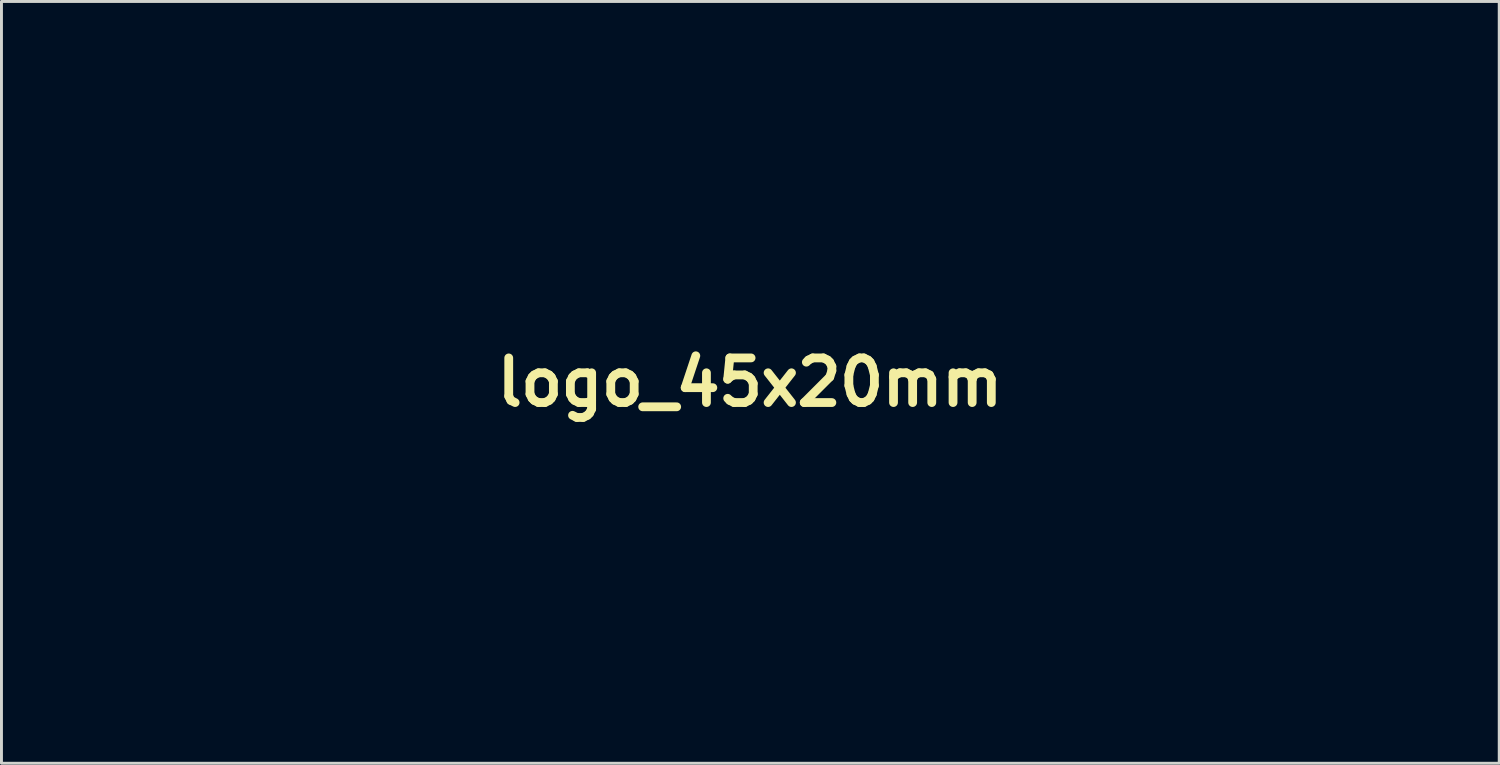
<source format=kicad_pcb>
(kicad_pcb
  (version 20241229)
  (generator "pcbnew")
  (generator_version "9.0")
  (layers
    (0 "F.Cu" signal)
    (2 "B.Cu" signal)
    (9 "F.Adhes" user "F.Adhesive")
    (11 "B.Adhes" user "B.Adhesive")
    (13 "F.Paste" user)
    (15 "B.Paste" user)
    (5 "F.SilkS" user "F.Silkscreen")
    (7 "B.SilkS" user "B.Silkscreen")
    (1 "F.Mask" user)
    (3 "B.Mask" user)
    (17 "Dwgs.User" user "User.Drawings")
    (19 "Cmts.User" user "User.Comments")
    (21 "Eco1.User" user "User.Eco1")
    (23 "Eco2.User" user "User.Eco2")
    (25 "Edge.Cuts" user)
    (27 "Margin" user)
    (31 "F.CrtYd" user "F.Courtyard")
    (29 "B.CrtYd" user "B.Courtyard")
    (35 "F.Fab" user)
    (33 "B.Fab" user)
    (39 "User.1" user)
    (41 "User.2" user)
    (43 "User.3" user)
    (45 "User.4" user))
  (footprint "logo_45x20mm"
    (layer "F.Cu")
    (at 22.554 10.003)
    (property "Reference" "logo_45x20mm" (at 0 0 0) (layer "F.SilkS") (effects (font (size 1.524 1.524) (thickness 0.3))))
    (attr board_only exclude_from_pos_files exclude_from_bom)
    (fp_poly (pts (xy -14.681 6.766) (xy -14.605 6.791) (xy -14.537 6.835) (xy -14.499 6.875) (xy -14.466 6.941) (xy -14.451 7.021) (xy -14.457 7.106) (xy -14.471 7.156) (xy -14.507 7.223) (xy -14.56 7.286) (xy -14.619 7.335) (xy -14.655 7.354) (xy -14.722 7.372) (xy -14.797 7.376) (xy -14.87 7.366) (xy -14.928 7.344) (xy -14.932 7.341) (xy -14.981 7.298) (xy -15.009 7.245) (xy -15.02 7.175) (xy -15.02 7.156) (xy -15.009 7.056) (xy -14.978 6.96) (xy -14.93 6.876) (xy -14.868 6.81) (xy -14.825 6.781) (xy -14.757 6.762)) (stroke (width 0) (type solid)) (fill yes) (layer "F.Mask"))
    (fp_poly (pts (xy -14.401 -7.25) (xy -14.345 -7.223) (xy -14.345 -7.223) (xy -14.299 -7.193) (xy -14.257 -7.158) (xy -14.225 -7.126) (xy -14.21 -7.103) (xy -14.21 -7.101) (xy -14.217 -7.083) (xy -14.238 -7.047) (xy -14.269 -6.996) (xy -14.298 -6.95) (xy -14.343 -6.879) (xy -14.396 -6.793) (xy -14.449 -6.706) (xy -14.486 -6.643) (xy -14.524 -6.58) (xy -14.557 -6.528) (xy -14.582 -6.492) (xy -14.596 -6.476) (xy -14.597 -6.475) (xy -14.618 -6.48) (xy -14.654 -6.488) (xy -14.658 -6.489) (xy -14.731 -6.518) (xy -14.78 -6.565) (xy -14.804 -6.627) (xy -14.802 -6.704) (xy -14.791 -6.748) (xy -14.766 -6.812) (xy -14.727 -6.892) (xy -14.679 -6.978) (xy -14.628 -7.062) (xy -14.579 -7.135) (xy -14.541 -7.184) (xy -14.491 -7.231) (xy -14.447 -7.253)) (stroke (width 0) (type solid)) (fill yes) (layer "F.Mask"))
    (fp_poly (pts (xy -17.635 -9.997) (xy -17.542 -9.963) (xy -17.458 -9.901) (xy -17.45 -9.894) (xy -17.394 -9.829) (xy -17.354 -9.758) (xy -17.33 -9.677) (xy -17.321 -9.586) (xy -17.328 -9.481) (xy -17.352 -9.362) (xy -17.392 -9.225) (xy -17.449 -9.07) (xy -17.523 -8.893) (xy -17.589 -8.748) (xy -17.68 -8.568) (xy -17.789 -8.376) (xy -17.912 -8.177) (xy -18.045 -7.98) (xy -18.183 -7.791) (xy -18.244 -7.713) (xy -18.313 -7.631) (xy -18.401 -7.533) (xy -18.504 -7.424) (xy -18.618 -7.308) (xy -18.738 -7.188) (xy -18.861 -7.07) (xy -18.982 -6.956) (xy -19.098 -6.851) (xy -19.204 -6.759) (xy -19.241 -6.729) (xy -19.408 -6.591) (xy -19.556 -6.468) (xy -19.684 -6.36) (xy -19.792 -6.268) (xy -19.879 -6.191) (xy -19.944 -6.132) (xy -19.986 -6.09) (xy -20.003 -6.07) (xy -20.023 -6.034) (xy -20.051 -5.972) (xy -20.087 -5.887) (xy -20.129 -5.784) (xy -20.175 -5.664) (xy -20.226 -5.531) (xy -20.279 -5.388) (xy -20.334 -5.239) (xy -20.39 -5.085) (xy -20.444 -4.931) (xy -20.497 -4.779) (xy -20.547 -4.632) (xy -20.594 -4.494) (xy -20.634 -4.368) (xy -20.669 -4.256) (xy -20.689 -4.19) (xy -20.755 -3.948) (xy -20.818 -3.699) (xy -20.873 -3.456) (xy -20.895 -3.354) (xy -20.913 -3.262) (xy -20.926 -3.179) (xy -20.936 -3.098) (xy -20.943 -3.01) (xy -20.948 -2.905) (xy -20.95 -2.844) (xy -20.958 -2.556) (xy -21.003 -2.547) (xy -21.101 -2.541) (xy -21.192 -2.554) (xy -21.257 -2.576) (xy -21.306 -2.611) (xy -21.342 -2.662) (xy -21.366 -2.733) (xy -21.381 -2.827) (xy -21.387 -2.929) (xy -21.388 -3.008) (xy -21.387 -3.086) (xy -21.382 -3.166) (xy -21.374 -3.25) (xy -21.362 -3.339) (xy -21.346 -3.437) (xy -21.324 -3.544) (xy -21.297 -3.663) (xy -21.264 -3.795) (xy -21.225 -3.944) (xy -21.179 -4.112) (xy -21.126 -4.299) (xy -21.064 -4.508) (xy -20.995 -4.742) (xy -20.917 -5.003) (xy -20.912 -5.017) (xy -20.865 -5.176) (xy -20.826 -5.308) (xy -20.796 -5.414) (xy -20.775 -5.496) (xy -20.762 -5.556) (xy -20.758 -5.595) (xy -20.761 -5.614) (xy -20.772 -5.616) (xy -20.79 -5.601) (xy -20.816 -5.571) (xy -20.833 -5.549) (xy -20.867 -5.505) (xy -20.917 -5.443) (xy -20.98 -5.366) (xy -21.054 -5.276) (xy -21.137 -5.177) (xy -21.226 -5.071) (xy -21.319 -4.961) (xy -21.414 -4.849) (xy -21.507 -4.739) (xy -21.598 -4.634) (xy -21.683 -4.535) (xy -21.76 -4.446) (xy -21.827 -4.369) (xy -21.882 -4.308) (xy -21.921 -4.264) (xy -21.941 -4.244) (xy -22.024 -4.186) (xy -22.117 -4.151) (xy -22.193 -4.143) (xy -22.28 -4.155) (xy -22.371 -4.187) (xy -22.454 -4.234) (xy -22.503 -4.276) (xy -22.554 -4.328) (xy -22.553 -4.511) (xy -22.552 -4.589) (xy -22.549 -4.648) (xy -22.548 -4.66) (xy -22.046 -4.66) (xy -22.044 -4.646) (xy -22.038 -4.649) (xy -22.025 -4.665) (xy -21.995 -4.7) (xy -21.953 -4.751) (xy -21.901 -4.815) (xy -21.843 -4.887) (xy -21.822 -4.912) (xy -21.649 -5.125) (xy -21.492 -5.318) (xy -21.352 -5.492) (xy -21.229 -5.646) (xy -21.122 -5.779) (xy -21.034 -5.891) (xy -20.963 -5.981) (xy -20.911 -6.05) (xy -20.877 -6.097) (xy -20.862 -6.121) (xy -20.861 -6.125) (xy -20.884 -6.122) (xy -20.927 -6.106) (xy -20.983 -6.081) (xy -21.046 -6.049) (xy -21.11 -6.015) (xy -21.169 -5.98) (xy -21.194 -5.964) (xy -21.372 -5.826) (xy -21.534 -5.666) (xy -21.681 -5.482) (xy -21.814 -5.272) (xy -21.884 -5.14) (xy -21.908 -5.087) (xy -21.934 -5.023) (xy -21.96 -4.953) (xy -21.985 -4.88) (xy -22.008 -4.81) (xy -22.026 -4.747) (xy -22.039 -4.696) (xy -22.046 -4.66) (xy -22.548 -4.66) (xy -22.543 -4.699) (xy -22.531 -4.75) (xy -22.512 -4.813) (xy -22.49 -4.878) (xy -22.411 -5.084) (xy -22.317 -5.285) (xy -22.21 -5.479) (xy -22.093 -5.662) (xy -21.967 -5.833) (xy -21.835 -5.987) (xy -21.7 -6.123) (xy -21.562 -6.237) (xy -21.425 -6.327) (xy -21.304 -6.385) (xy -21.17 -6.42) (xy -21.03 -6.428) (xy -20.887 -6.407) (xy -20.743 -6.359) (xy -20.693 -6.336) (xy -20.636 -6.309) (xy -20.581 -6.284) (xy -20.548 -6.271) (xy -20.493 -6.252) (xy -20.346 -6.592) (xy -20.177 -6.966) (xy -19.608 -6.966) (xy -19.606 -6.953) (xy -19.603 -6.949) (xy -19.582 -6.929) (xy -19.571 -6.925) (xy -19.558 -6.935) (xy -19.526 -6.964) (xy -19.478 -7.01) (xy -19.415 -7.071) (xy -19.34 -7.144) (xy -19.255 -7.227) (xy -19.163 -7.319) (xy -19.117 -7.364) (xy -18.96 -7.522) (xy -18.823 -7.663) (xy -18.702 -7.792) (xy -18.596 -7.911) (xy -18.501 -8.023) (xy -18.414 -8.132) (xy -18.333 -8.241) (xy -18.266 -8.336) (xy -18.143 -8.525) (xy -18.03 -8.715) (xy -17.928 -8.904) (xy -17.84 -9.086) (xy -17.769 -9.257) (xy -17.715 -9.412) (xy -17.699 -9.47) (xy -17.683 -9.537) (xy -17.673 -9.582) (xy -17.671 -9.609) (xy -17.675 -9.625) (xy -17.685 -9.636) (xy -17.688 -9.639) (xy -17.713 -9.654) (xy -17.724 -9.658) (xy -17.742 -9.649) (xy -17.778 -9.622) (xy -17.827 -9.582) (xy -17.885 -9.533) (xy -17.949 -9.477) (xy -18.013 -9.419) (xy -18.073 -9.362) (xy -18.098 -9.338) (xy -18.22 -9.215) (xy -18.335 -9.091) (xy -18.446 -8.961) (xy -18.554 -8.825) (xy -18.661 -8.679) (xy -18.769 -8.521) (xy -18.878 -8.349) (xy -18.991 -8.16) (xy -19.109 -7.952) (xy -19.234 -7.722) (xy -19.368 -7.469) (xy -19.445 -7.32) (xy -19.499 -7.213) (xy -19.541 -7.129) (xy -19.572 -7.066) (xy -19.592 -7.019) (xy -19.604 -6.987) (xy -19.608 -6.966) (xy -20.177 -6.966) (xy -20.145 -7.038) (xy -19.941 -7.455) (xy -19.734 -7.843) (xy -19.524 -8.202) (xy -19.309 -8.534) (xy -19.09 -8.838) (xy -18.867 -9.115) (xy -18.639 -9.365) (xy -18.548 -9.456) (xy -18.429 -9.571) (xy -18.328 -9.666) (xy -18.24 -9.744) (xy -18.164 -9.807) (xy -18.095 -9.857) (xy -18.032 -9.898) (xy -17.971 -9.931) (xy -17.971 -9.931) (xy -17.848 -9.981) (xy -17.737 -10.003)) (stroke (width 0) (type solid)) (fill yes) (layer "F.Mask"))
    (fp_poly (pts (xy -6.522 1.259) (xy -6.455 1.292) (xy -6.386 1.343) (xy -6.341 1.386) (xy -6.291 1.439) (xy -6.46 1.76) (xy -6.698 2.227) (xy -6.922 2.703) (xy -7.134 3.194) (xy -7.337 3.705) (xy -7.443 3.988) (xy -7.494 4.128) (xy -7.548 4.279) (xy -7.604 4.436) (xy -7.661 4.598) (xy -7.718 4.763) (xy -7.776 4.928) (xy -7.831 5.09) (xy -7.885 5.247) (xy -7.936 5.397) (xy -7.983 5.537) (xy -8.025 5.664) (xy -8.062 5.777) (xy -8.092 5.872) (xy -8.115 5.947) (xy -8.131 6) (xy -8.137 6.028) (xy -8.137 6.033) (xy -8.121 6.031) (xy -8.08 6.022) (xy -8.017 6.007) (xy -7.937 5.987) (xy -7.842 5.962) (xy -7.737 5.934) (xy -7.711 5.927) (xy -7.581 5.892) (xy -7.43 5.852) (xy -7.269 5.809) (xy -7.106 5.766) (xy -6.951 5.725) (xy -6.827 5.693) (xy -6.723 5.665) (xy -6.603 5.634) (xy -6.469 5.598) (xy -6.324 5.559) (xy -6.169 5.518) (xy -6.009 5.475) (xy -5.845 5.432) (xy -5.68 5.387) (xy -5.516 5.344) (xy -5.356 5.301) (xy -5.202 5.259) (xy -5.058 5.221) (xy -4.925 5.185) (xy -4.806 5.153) (xy -4.704 5.125) (xy -4.621 5.102) (xy -4.56 5.086) (xy -4.524 5.075) (xy -4.514 5.072) (xy -4.508 5.053) (xy -4.494 5.008) (xy -4.472 4.941) (xy -4.443 4.855) (xy -4.409 4.752) (xy -4.37 4.635) (xy -4.327 4.509) (xy -4.282 4.374) (xy -4.236 4.236) (xy -4.189 4.096) (xy -4.142 3.958) (xy -4.097 3.824) (xy -4.054 3.698) (xy -4.015 3.582) (xy -3.98 3.48) (xy -3.951 3.395) (xy -3.928 3.33) (xy -3.913 3.287) (xy -3.912 3.282) (xy -3.829 3.068) (xy -3.735 2.839) (xy -3.631 2.603) (xy -3.522 2.367) (xy -3.41 2.139) (xy -3.3 1.925) (xy -3.2 1.746) (xy -3.121 1.606) (xy -3.066 1.639) (xy -3.021 1.665) (xy -2.966 1.697) (xy -2.934 1.715) (xy -2.889 1.742) (xy -2.855 1.766) (xy -2.841 1.778) (xy -2.84 1.792) (xy -2.847 1.824) (xy -2.862 1.877) (xy -2.886 1.952) (xy -2.918 2.049) (xy -2.959 2.17) (xy -3.009 2.316) (xy -3.07 2.489) (xy -3.088 2.539) (xy -3.147 2.707) (xy -3.214 2.896) (xy -3.286 3.101) (xy -3.36 3.314) (xy -3.436 3.529) (xy -3.509 3.74) (xy -3.579 3.939) (xy -3.638 4.108) (xy -3.69 4.259) (xy -3.74 4.401) (xy -3.785 4.533) (xy -3.826 4.651) (xy -3.862 4.753) (xy -3.891 4.837) (xy -3.913 4.9) (xy -3.927 4.939) (xy -3.931 4.951) (xy -3.93 4.958) (xy -3.918 4.966) (xy -3.893 4.973) (xy -3.85 4.983) (xy -3.786 4.994) (xy -3.698 5.009) (xy -3.643 5.017) (xy -3.519 5.046) (xy -3.422 5.088) (xy -3.35 5.145) (xy -3.309 5.203) (xy -3.296 5.237) (xy -3.301 5.255) (xy -3.304 5.257) (xy -3.325 5.263) (xy -3.37 5.27) (xy -3.432 5.278) (xy -3.503 5.286) (xy -3.505 5.286) (xy -3.635 5.3) (xy -3.739 5.311) (xy -3.82 5.321) (xy -3.882 5.331) (xy -3.928 5.341) (xy -3.962 5.353) (xy -3.988 5.366) (xy -4.009 5.382) (xy -4.028 5.402) (xy -4.029 5.403) (xy -4.039 5.424) (xy -4.056 5.474) (xy -4.081 5.55) (xy -4.113 5.653) (xy -4.15 5.78) (xy -4.194 5.932) (xy -4.244 6.107) (xy -4.3 6.304) (xy -4.361 6.521) (xy -4.427 6.759) (xy -4.46 6.879) (xy -4.532 7.152) (xy -4.6 7.429) (xy -4.664 7.717) (xy -4.727 8.023) (xy -4.79 8.352) (xy -4.793 8.367) (xy -4.819 8.516) (xy -4.84 8.642) (xy -4.853 8.746) (xy -4.861 8.834) (xy -4.864 8.91) (xy -4.861 8.978) (xy -4.852 9.043) (xy -4.845 9.086) (xy -4.832 9.154) (xy -4.829 9.197) (xy -4.84 9.222) (xy -4.87 9.234) (xy -4.921 9.237) (xy -4.957 9.237) (xy -5.059 9.227) (xy -5.142 9.195) (xy -5.212 9.139) (xy -5.223 9.128) (xy -5.267 9.061) (xy -5.297 8.978) (xy -5.313 8.874) (xy -5.317 8.773) (xy -5.317 8.694) (xy -5.314 8.618) (xy -5.309 8.544) (xy -5.302 8.467) (xy -5.291 8.385) (xy -5.276 8.294) (xy -5.257 8.191) (xy -5.233 8.072) (xy -5.203 7.935) (xy -5.167 7.776) (xy -5.125 7.591) (xy -5.115 7.548) (xy -5.077 7.384) (xy -5.037 7.212) (xy -4.997 7.038) (xy -4.958 6.867) (xy -4.922 6.706) (xy -4.888 6.559) (xy -4.86 6.432) (xy -4.844 6.361) (xy -4.816 6.238) (xy -4.788 6.113) (xy -4.76 5.994) (xy -4.733 5.886) (xy -4.711 5.794) (xy -4.692 5.726) (xy -4.691 5.719) (xy -4.671 5.648) (xy -4.656 5.587) (xy -4.647 5.542) (xy -4.645 5.52) (xy -4.645 5.519) (xy -4.662 5.519) (xy -4.704 5.524) (xy -4.765 5.534) (xy -4.841 5.548) (xy -4.922 5.564) (xy -5.044 5.59) (xy -5.185 5.623) (xy -5.348 5.665) (xy -5.533 5.714) (xy -5.742 5.772) (xy -5.976 5.839) (xy -6.237 5.915) (xy -6.38 5.957) (xy -6.497 5.992) (xy -6.637 6.032) (xy -6.791 6.077) (xy -6.955 6.125) (xy -7.121 6.173) (xy -7.282 6.219) (xy -7.413 6.257) (xy -7.545 6.295) (xy -7.671 6.332) (xy -7.786 6.366) (xy -7.888 6.397) (xy -7.974 6.424) (xy -8.038 6.445) (xy -8.079 6.459) (xy -8.087 6.463) (xy -8.18 6.52) (xy -8.262 6.6) (xy -8.326 6.696) (xy -8.337 6.718) (xy -8.357 6.771) (xy -8.381 6.85) (xy -8.408 6.955) (xy -8.439 7.083) (xy -8.464 7.195) (xy -8.484 7.284) (xy -8.51 7.397) (xy -8.542 7.531) (xy -8.577 7.682) (xy -8.616 7.844) (xy -8.657 8.013) (xy -8.698 8.186) (xy -8.74 8.358) (xy -8.758 8.432) (xy -8.809 8.637) (xy -8.852 8.816) (xy -8.889 8.971) (xy -8.92 9.103) (xy -8.946 9.216) (xy -8.967 9.311) (xy -8.984 9.391) (xy -8.996 9.458) (xy -9.005 9.514) (xy -9.011 9.562) (xy -9.015 9.604) (xy -9.016 9.643) (xy -9.016 9.659) (xy -9.002 9.775) (xy -8.959 9.886) (xy -8.923 9.943) (xy -8.902 9.974) (xy -8.892 9.994) (xy -8.892 9.995) (xy -8.906 9.999) (xy -8.943 10.002) (xy -8.997 10.003) (xy -9.024 10.003) (xy -9.119 9.999) (xy -9.193 9.985) (xy -9.229 9.974) (xy -9.313 9.929) (xy -9.378 9.867) (xy -9.427 9.784) (xy -9.461 9.679) (xy -9.477 9.593) (xy -9.483 9.547) (xy -9.488 9.504) (xy -9.491 9.462) (xy -9.491 9.417) (xy -9.49 9.369) (xy -9.486 9.315) (xy -9.478 9.252) (xy -9.468 9.179) (xy -9.453 9.094) (xy -9.435 8.993) (xy -9.412 8.876) (xy -9.384 8.739) (xy -9.351 8.581) (xy -9.313 8.4) (xy -9.269 8.192) (xy -9.238 8.044) (xy -9.211 7.918) (xy -9.181 7.777) (xy -9.151 7.633) (xy -9.122 7.496) (xy -9.098 7.376) (xy -9.094 7.36) (xy -9.073 7.259) (xy -9.053 7.163) (xy -9.035 7.077) (xy -9.019 7.007) (xy -9.008 6.959) (xy -9.006 6.951) (xy -8.995 6.903) (xy -8.992 6.877) (xy -8.998 6.867) (xy -9.014 6.864) (xy -9.018 6.864) (xy -9.066 6.87) (xy -9.135 6.887) (xy -9.217 6.911) (xy -9.305 6.942) (xy -9.355 6.962) (xy -9.468 7.014) (xy -9.578 7.076) (xy -9.681 7.145) (xy -9.773 7.217) (xy -9.848 7.288) (xy -9.902 7.355) (xy -9.921 7.389) (xy -9.939 7.425) (xy -9.957 7.443) (xy -9.985 7.449) (xy -10.026 7.45) (xy -10.101 7.439) (xy -10.173 7.407) (xy -10.237 7.361) (xy -10.286 7.305) (xy -10.314 7.244) (xy -10.319 7.208) (xy -10.316 7.172) (xy -10.303 7.141) (xy -10.276 7.106) (xy -10.248 7.077) (xy -10.191 7.028) (xy -10.112 6.97) (xy -10.014 6.905) (xy -9.902 6.835) (xy -9.781 6.765) (xy -9.656 6.696) (xy -9.53 6.631) (xy -9.408 6.572) (xy -9.31 6.528) (xy -9.185 6.472) (xy -9.078 6.412) (xy -8.987 6.346) (xy -8.909 6.271) (xy -8.841 6.182) (xy -8.781 6.077) (xy -8.725 5.952) (xy -8.672 5.803) (xy -8.622 5.64) (xy -8.459 5.093) (xy -8.29 4.572) (xy -8.117 4.078) (xy -7.94 3.611) (xy -7.759 3.172) (xy -7.573 2.761) (xy -7.384 2.379) (xy -7.192 2.025) (xy -6.996 1.701) (xy -6.92 1.585) (xy -6.849 1.48) (xy -6.79 1.399) (xy -6.742 1.338) (xy -6.7 1.296) (xy -6.662 1.268) (xy -6.626 1.252) (xy -6.589 1.247) (xy -6.579 1.247)) (stroke (width 0) (type solid)) (fill yes) (layer "F.Mask"))
    (fp_poly (pts (xy -18.448 1.259) (xy -18.383 1.291) (xy -18.316 1.34) (xy -18.267 1.386) (xy -18.217 1.439) (xy -18.378 1.744) (xy -18.658 2.295) (xy -18.921 2.867) (xy -19.166 3.451) (xy -19.294 3.786) (xy -19.341 3.913) (xy -19.392 4.052) (xy -19.447 4.203) (xy -19.503 4.36) (xy -19.561 4.524) (xy -19.619 4.69) (xy -19.677 4.857) (xy -19.734 5.022) (xy -19.789 5.183) (xy -19.842 5.337) (xy -19.891 5.481) (xy -19.935 5.614) (xy -19.975 5.733) (xy -20.008 5.836) (xy -20.034 5.919) (xy -20.053 5.982) (xy -20.063 6.02) (xy -20.064 6.032) (xy -20.048 6.03) (xy -20.007 6.02) (xy -19.942 6.005) (xy -19.856 5.983) (xy -19.752 5.957) (xy -19.634 5.926) (xy -19.504 5.892) (xy -19.364 5.855) (xy -19.345 5.85) (xy -19.069 5.777) (xy -18.8 5.705) (xy -18.537 5.635) (xy -18.283 5.567) (xy -18.039 5.502) (xy -17.807 5.44) (xy -17.587 5.381) (xy -17.383 5.327) (xy -17.194 5.276) (xy -17.023 5.23) (xy -16.871 5.19) (xy -16.739 5.154) (xy -16.63 5.125) (xy -16.544 5.101) (xy -16.483 5.085) (xy -16.448 5.075) (xy -16.44 5.073) (xy -16.433 5.048) (xy -16.417 4.998) (xy -16.393 4.925) (xy -16.362 4.834) (xy -16.327 4.726) (xy -16.286 4.606) (xy -16.243 4.475) (xy -16.197 4.338) (xy -16.149 4.197) (xy -16.102 4.056) (xy -16.055 3.917) (xy -16.01 3.784) (xy -15.968 3.66) (xy -15.929 3.547) (xy -15.896 3.449) (xy -15.869 3.37) (xy -15.848 3.312) (xy -15.838 3.282) (xy -15.756 3.068) (xy -15.661 2.839) (xy -15.557 2.603) (xy -15.448 2.367) (xy -15.337 2.139) (xy -15.226 1.925) (xy -15.127 1.746) (xy -15.047 1.606) (xy -14.993 1.639) (xy -14.947 1.665) (xy -14.892 1.697) (xy -14.86 1.715) (xy -14.816 1.742) (xy -14.781 1.765) (xy -14.768 1.777) (xy -14.767 1.792) (xy -14.775 1.828) (xy -14.791 1.885) (xy -14.817 1.965) (xy -14.851 2.069) (xy -14.895 2.199) (xy -14.95 2.354) (xy -14.985 2.456) (xy -15.021 2.556) (xy -15.062 2.672) (xy -15.108 2.803) (xy -15.158 2.947) (xy -15.212 3.1) (xy -15.268 3.261) (xy -15.326 3.427) (xy -15.385 3.596) (xy -15.444 3.765) (xy -15.503 3.932) (xy -15.559 4.095) (xy -15.614 4.25) (xy -15.665 4.397) (xy -15.712 4.532) (xy -15.754 4.653) (xy -15.79 4.758) (xy -15.82 4.844) (xy -15.843 4.909) (xy -15.857 4.95) (xy -15.862 4.966) (xy -15.862 4.966) (xy -15.848 4.97) (xy -15.808 4.977) (xy -15.746 4.988) (xy -15.667 5.002) (xy -15.574 5.016) (xy -15.569 5.017) (xy -15.446 5.046) (xy -15.348 5.088) (xy -15.276 5.145) (xy -15.236 5.203) (xy -15.222 5.237) (xy -15.227 5.255) (xy -15.231 5.257) (xy -15.252 5.263) (xy -15.296 5.27) (xy -15.358 5.278) (xy -15.43 5.286) (xy -15.431 5.286) (xy -15.562 5.3) (xy -15.665 5.311) (xy -15.747 5.321) (xy -15.809 5.331) (xy -15.855 5.341) (xy -15.889 5.353) (xy -15.914 5.366) (xy -15.935 5.382) (xy -15.954 5.402) (xy -15.955 5.402) (xy -15.962 5.415) (xy -15.973 5.44) (xy -15.987 5.479) (xy -16.005 5.534) (xy -16.027 5.605) (xy -16.054 5.696) (xy -16.086 5.806) (xy -16.124 5.939) (xy -16.168 6.094) (xy -16.218 6.275) (xy -16.276 6.482) (xy -16.318 6.632) (xy -16.386 6.881) (xy -16.446 7.109) (xy -16.5 7.322) (xy -16.549 7.527) (xy -16.594 7.729) (xy -16.637 7.937) (xy -16.68 8.156) (xy -16.711 8.321) (xy -16.738 8.475) (xy -16.76 8.604) (xy -16.775 8.712) (xy -16.785 8.802) (xy -16.79 8.878) (xy -16.789 8.946) (xy -16.784 9.008) (xy -16.774 9.068) (xy -16.771 9.086) (xy -16.758 9.154) (xy -16.755 9.197) (xy -16.767 9.222) (xy -16.796 9.234) (xy -16.848 9.237) (xy -16.883 9.237) (xy -16.985 9.227) (xy -17.069 9.195) (xy -17.139 9.139) (xy -17.149 9.128) (xy -17.194 9.061) (xy -17.224 8.978) (xy -17.24 8.874) (xy -17.244 8.773) (xy -17.243 8.693) (xy -17.241 8.618) (xy -17.236 8.544) (xy -17.228 8.467) (xy -17.218 8.385) (xy -17.203 8.294) (xy -17.184 8.191) (xy -17.159 8.073) (xy -17.13 7.936) (xy -17.094 7.778) (xy -17.052 7.594) (xy -17.041 7.548) (xy -17.003 7.384) (xy -16.964 7.212) (xy -16.924 7.038) (xy -16.885 6.867) (xy -16.848 6.706) (xy -16.815 6.559) (xy -16.786 6.432) (xy -16.771 6.361) (xy -16.743 6.238) (xy -16.714 6.113) (xy -16.686 5.994) (xy -16.66 5.886) (xy -16.637 5.794) (xy -16.619 5.726) (xy -16.617 5.719) (xy -16.598 5.648) (xy -16.583 5.587) (xy -16.574 5.542) (xy -16.571 5.52) (xy -16.572 5.519) (xy -16.589 5.519) (xy -16.63 5.524) (xy -16.691 5.534) (xy -16.767 5.548) (xy -16.848 5.564) (xy -16.97 5.59) (xy -17.112 5.623) (xy -17.274 5.665) (xy -17.46 5.714) (xy -17.669 5.772) (xy -17.903 5.839) (xy -18.163 5.915) (xy -18.307 5.957) (xy -18.424 5.992) (xy -18.563 6.032) (xy -18.718 6.077) (xy -18.881 6.125) (xy -19.047 6.173) (xy -19.208 6.219) (xy -19.339 6.257) (xy -19.471 6.295) (xy -19.597 6.332) (xy -19.713 6.366) (xy -19.815 6.397) (xy -19.9 6.424) (xy -19.965 6.445) (xy -20.005 6.459) (xy -20.014 6.463) (xy -20.106 6.52) (xy -20.188 6.6) (xy -20.252 6.696) (xy -20.263 6.718) (xy -20.283 6.771) (xy -20.307 6.85) (xy -20.335 6.955) (xy -20.366 7.083) (xy -20.391 7.195) (xy -20.411 7.284) (xy -20.437 7.397) (xy -20.468 7.531) (xy -20.504 7.682) (xy -20.542 7.844) (xy -20.583 8.013) (xy -20.625 8.186) (xy -20.667 8.358) (xy -20.685 8.432) (xy -20.738 8.65) (xy -20.785 8.842) (xy -20.825 9.009) (xy -20.858 9.153) (xy -20.886 9.277) (xy -20.908 9.382) (xy -20.924 9.471) (xy -20.936 9.545) (xy -20.943 9.608) (xy -20.945 9.66) (xy -20.943 9.705) (xy -20.938 9.744) (xy -20.929 9.779) (xy -20.917 9.813) (xy -20.903 9.848) (xy -20.902 9.85) (xy -20.877 9.9) (xy -20.855 9.94) (xy -20.839 9.96) (xy -20.822 9.979) (xy -20.825 9.992) (xy -20.852 10) (xy -20.905 10.003) (xy -20.95 10.003) (xy -21.045 9.999) (xy -21.12 9.985) (xy -21.155 9.974) (xy -21.243 9.926) (xy -21.311 9.858) (xy -21.361 9.768) (xy -21.395 9.654) (xy -21.404 9.594) (xy -21.41 9.548) (xy -21.415 9.504) (xy -21.417 9.461) (xy -21.418 9.416) (xy -21.416 9.367) (xy -21.412 9.312) (xy -21.405 9.249) (xy -21.394 9.176) (xy -21.379 9.09) (xy -21.361 8.99) (xy -21.338 8.872) (xy -21.31 8.735) (xy -21.277 8.577) (xy -21.239 8.395) (xy -21.195 8.188) (xy -21.164 8.044) (xy -21.137 7.918) (xy -21.108 7.777) (xy -21.077 7.633) (xy -21.049 7.496) (xy -21.024 7.376) (xy -21.021 7.36) (xy -21 7.259) (xy -20.979 7.163) (xy -20.961 7.077) (xy -20.946 7.007) (xy -20.935 6.959) (xy -20.933 6.951) (xy -20.921 6.903) (xy -20.918 6.877) (xy -20.924 6.867) (xy -20.941 6.864) (xy -20.945 6.864) (xy -20.993 6.87) (xy -21.061 6.887) (xy -21.143 6.911) (xy -21.231 6.942) (xy -21.282 6.962) (xy -21.394 7.014) (xy -21.504 7.076) (xy -21.608 7.145) (xy -21.699 7.217) (xy -21.774 7.288) (xy -21.828 7.355) (xy -21.847 7.389) (xy -21.865 7.425) (xy -21.883 7.443) (xy -21.912 7.449) (xy -21.952 7.45) (xy -22.027 7.439) (xy -22.1 7.407) (xy -22.163 7.361) (xy -22.212 7.305) (xy -22.241 7.244) (xy -22.246 7.208) (xy -22.243 7.172) (xy -22.23 7.141) (xy -22.202 7.106) (xy -22.174 7.077) (xy -22.118 7.028) (xy -22.039 6.97) (xy -21.941 6.905) (xy -21.829 6.836) (xy -21.708 6.765) (xy -21.583 6.696) (xy -21.457 6.631) (xy -21.335 6.572) (xy -21.234 6.527) (xy -21.113 6.472) (xy -21.014 6.418) (xy -20.932 6.361) (xy -20.859 6.295) (xy -20.832 6.266) (xy -20.783 6.207) (xy -20.739 6.138) (xy -20.696 6.057) (xy -20.655 5.958) (xy -20.612 5.839) (xy -20.566 5.695) (xy -20.549 5.637) (xy -20.427 5.23) (xy -20.307 4.849) (xy -20.189 4.491) (xy -20.072 4.153) (xy -19.953 3.832) (xy -19.832 3.523) (xy -19.707 3.225) (xy -19.578 2.933) (xy -19.442 2.644) (xy -19.367 2.491) (xy -19.268 2.295) (xy -19.174 2.119) (xy -19.078 1.952) (xy -18.977 1.787) (xy -18.864 1.612) (xy -18.819 1.546) (xy -18.75 1.446) (xy -18.692 1.369) (xy -18.643 1.314) (xy -18.599 1.277) (xy -18.558 1.256) (xy -18.517 1.247) (xy -18.504 1.247)) (stroke (width 0) (type solid)) (fill yes) (layer "F.Mask"))
    (fp_poly (pts (xy 4.091 -9.863) (xy 4.154 -9.82) (xy 4.178 -9.797) (xy 4.218 -9.756) (xy 4.245 -9.724) (xy 4.259 -9.696) (xy 4.261 -9.667) (xy 4.248 -9.632) (xy 4.221 -9.585) (xy 4.18 -9.521) (xy 4.141 -9.465) (xy 4.013 -9.267) (xy 3.886 -9.057) (xy 3.759 -8.832) (xy 3.631 -8.591) (xy 3.501 -8.331) (xy 3.368 -8.053) (xy 3.233 -7.752) (xy 3.093 -7.429) (xy 2.948 -7.08) (xy 2.797 -6.705) (xy 2.724 -6.52) (xy 2.679 -6.404) (xy 2.645 -6.314) (xy 2.621 -6.245) (xy 2.607 -6.197) (xy 2.601 -6.166) (xy 2.603 -6.15) (xy 2.613 -6.147) (xy 2.62 -6.149) (xy 2.638 -6.16) (xy 2.677 -6.186) (xy 2.732 -6.224) (xy 2.799 -6.272) (xy 2.874 -6.326) (xy 2.894 -6.341) (xy 3.043 -6.447) (xy 3.172 -6.535) (xy 3.285 -6.606) (xy 3.385 -6.662) (xy 3.475 -6.705) (xy 3.559 -6.736) (xy 3.639 -6.756) (xy 3.72 -6.768) (xy 3.757 -6.771) (xy 3.918 -6.768) (xy 4.063 -6.742) (xy 4.192 -6.692) (xy 4.302 -6.618) (xy 4.393 -6.522) (xy 4.465 -6.404) (xy 4.466 -6.403) (xy 4.487 -6.357) (xy 4.5 -6.319) (xy 4.508 -6.28) (xy 4.512 -6.232) (xy 4.513 -6.167) (xy 4.513 -6.128) (xy 4.513 -6.062) (xy 4.51 -6.01) (xy 4.505 -5.963) (xy 4.495 -5.915) (xy 4.479 -5.859) (xy 4.456 -5.786) (xy 4.436 -5.727) (xy 4.359 -5.498) (xy 4.572 -5.497) (xy 4.662 -5.497) (xy 4.753 -5.495) (xy 4.836 -5.492) (xy 4.9 -5.488) (xy 4.905 -5.488) (xy 5.025 -5.479) (xy 5.089 -5.628) (xy 5.128 -5.712) (xy 5.178 -5.816) (xy 5.237 -5.931) (xy 5.301 -6.051) (xy 5.366 -6.17) (xy 5.429 -6.281) (xy 5.486 -6.376) (xy 5.487 -6.377) (xy 5.553 -6.477) (xy 5.613 -6.55) (xy 5.668 -6.598) (xy 5.722 -6.623) (xy 5.777 -6.627) (xy 5.807 -6.622) (xy 5.851 -6.601) (xy 5.897 -6.564) (xy 5.941 -6.517) (xy 5.976 -6.467) (xy 5.999 -6.419) (xy 6.005 -6.381) (xy 6 -6.368) (xy 5.983 -6.351) (xy 5.948 -6.325) (xy 5.913 -6.301) (xy 5.886 -6.284) (xy 5.864 -6.266) (xy 5.845 -6.244) (xy 5.824 -6.214) (xy 5.8 -6.171) (xy 5.77 -6.112) (xy 5.732 -6.033) (xy 5.703 -5.972) (xy 5.636 -5.828) (xy 5.571 -5.686) (xy 5.51 -5.55) (xy 5.456 -5.424) (xy 5.409 -5.312) (xy 5.372 -5.219) (xy 5.348 -5.152) (xy 5.328 -5.079) (xy 5.313 -5.003) (xy 5.305 -4.933) (xy 5.305 -4.875) (xy 5.313 -4.837) (xy 5.317 -4.83) (xy 5.352 -4.809) (xy 5.404 -4.812) (xy 5.467 -4.836) (xy 5.489 -4.851) (xy 5.534 -4.883) (xy 5.598 -4.93) (xy 5.68 -4.991) (xy 5.779 -5.066) (xy 5.892 -5.151) (xy 6.018 -5.247) (xy 6.155 -5.351) (xy 6.301 -5.463) (xy 6.453 -5.58) (xy 6.611 -5.702) (xy 6.773 -5.827) (xy 6.936 -5.953) (xy 7.098 -6.079) (xy 7.259 -6.204) (xy 7.375 -6.295) (xy 7.474 -6.372) (xy 7.566 -6.444) (xy 7.649 -6.509) (xy 7.721 -6.563) (xy 7.777 -6.606) (xy 7.815 -6.635) (xy 7.83 -6.646) (xy 7.885 -6.666) (xy 7.954 -6.668) (xy 8.026 -6.652) (xy 8.094 -6.619) (xy 8.1 -6.615) (xy 8.171 -6.553) (xy 8.214 -6.486) (xy 8.231 -6.409) (xy 8.222 -6.318) (xy 8.215 -6.288) (xy 8.176 -6.147) (xy 8.124 -5.979) (xy 8.061 -5.786) (xy 7.988 -5.573) (xy 7.947 -5.454) (xy 7.908 -5.336) (xy 7.871 -5.221) (xy 7.837 -5.114) (xy 7.808 -5.017) (xy 7.784 -4.935) (xy 7.767 -4.871) (xy 7.758 -4.828) (xy 7.758 -4.81) (xy 7.758 -4.81) (xy 7.773 -4.813) (xy 7.812 -4.827) (xy 7.87 -4.849) (xy 7.943 -4.877) (xy 8.027 -4.911) (xy 8.118 -4.948) (xy 8.211 -4.986) (xy 8.303 -5.024) (xy 8.389 -5.061) (xy 8.465 -5.094) (xy 8.527 -5.121) (xy 8.569 -5.141) (xy 8.617 -5.166) (xy 8.683 -5.202) (xy 8.757 -5.245) (xy 8.832 -5.289) (xy 8.837 -5.292) (xy 8.916 -5.337) (xy 8.975 -5.369) (xy 9.019 -5.388) (xy 9.055 -5.397) (xy 9.077 -5.399) (xy 9.116 -5.398) (xy 9.14 -5.387) (xy 9.159 -5.361) (xy 9.174 -5.333) (xy 9.194 -5.289) (xy 9.206 -5.254) (xy 9.208 -5.243) (xy 9.194 -5.221) (xy 9.156 -5.189) (xy 9.096 -5.147) (xy 9.016 -5.099) (xy 8.92 -5.045) (xy 8.81 -4.987) (xy 8.689 -4.926) (xy 8.559 -4.865) (xy 8.424 -4.803) (xy 8.402 -4.794) (xy 8.255 -4.729) (xy 8.132 -4.674) (xy 8.031 -4.63) (xy 7.95 -4.593) (xy 7.886 -4.563) (xy 7.836 -4.538) (xy 7.797 -4.517) (xy 7.768 -4.499) (xy 7.745 -4.482) (xy 7.725 -4.466) (xy 7.706 -4.448) (xy 7.704 -4.446) (xy 7.687 -4.429) (xy 7.672 -4.413) (xy 7.658 -4.396) (xy 7.644 -4.375) (xy 7.629 -4.347) (xy 7.611 -4.311) (xy 7.59 -4.262) (xy 7.564 -4.199) (xy 7.532 -4.119) (xy 7.493 -4.02) (xy 7.446 -3.898) (xy 7.39 -3.752) (xy 7.376 -3.718) (xy 7.33 -3.598) (xy 7.284 -3.48) (xy 7.241 -3.368) (xy 7.201 -3.268) (xy 7.168 -3.185) (xy 7.143 -3.122) (xy 7.134 -3.102) (xy 7.008 -2.825) (xy 6.866 -2.565) (xy 6.71 -2.324) (xy 6.542 -2.105) (xy 6.365 -1.912) (xy 6.344 -1.892) (xy 6.177 -1.745) (xy 6.007 -1.626) (xy 5.837 -1.536) (xy 5.668 -1.474) (xy 5.63 -1.465) (xy 5.54 -1.45) (xy 5.432 -1.444) (xy 5.317 -1.444) (xy 5.207 -1.452) (xy 5.113 -1.468) (xy 5.099 -1.471) (xy 4.952 -1.519) (xy 4.806 -1.582) (xy 4.667 -1.659) (xy 4.539 -1.744) (xy 4.431 -1.835) (xy 4.356 -1.915) (xy 4.281 -2.03) (xy 4.235 -2.151) (xy 4.23 -2.184) (xy 4.586 -2.184) (xy 4.587 -2.097) (xy 4.613 -2.019) (xy 4.663 -1.946) (xy 4.686 -1.922) (xy 4.793 -1.836) (xy 4.916 -1.771) (xy 5.051 -1.73) (xy 5.193 -1.714) (xy 5.336 -1.724) (xy 5.385 -1.734) (xy 5.54 -1.786) (xy 5.695 -1.867) (xy 5.849 -1.977) (xy 6.003 -2.115) (xy 6.155 -2.281) (xy 6.305 -2.474) (xy 6.452 -2.694) (xy 6.481 -2.741) (xy 6.568 -2.89) (xy 6.655 -3.051) (xy 6.74 -3.221) (xy 6.821 -3.393) (xy 6.896 -3.563) (xy 6.962 -3.726) (xy 7.018 -3.875) (xy 7.059 -4.007) (xy 7.072 -4.056) (xy 7.091 -4.13) (xy 7.108 -4.197) (xy 7.121 -4.248) (xy 7.129 -4.278) (xy 7.129 -4.28) (xy 7.131 -4.292) (xy 7.125 -4.297) (xy 7.108 -4.293) (xy 7.077 -4.281) (xy 7.028 -4.257) (xy 6.957 -4.221) (xy 6.908 -4.195) (xy 6.601 -4.029) (xy 6.307 -3.859) (xy 6.032 -3.688) (xy 5.777 -3.517) (xy 5.548 -3.35) (xy 5.506 -3.317) (xy 5.407 -3.236) (xy 5.301 -3.144) (xy 5.193 -3.045) (xy 5.088 -2.944) (xy 4.99 -2.846) (xy 4.905 -2.754) (xy 4.837 -2.675) (xy 4.815 -2.647) (xy 4.765 -2.576) (xy 4.714 -2.496) (xy 4.671 -2.42) (xy 4.657 -2.394) (xy 4.61 -2.282) (xy 4.586 -2.184) (xy 4.23 -2.184) (xy 4.219 -2.274) (xy 4.232 -2.398) (xy 4.274 -2.522) (xy 4.298 -2.567) (xy 4.353 -2.653) (xy 4.428 -2.752) (xy 4.519 -2.861) (xy 4.623 -2.976) (xy 4.736 -3.091) (xy 4.853 -3.203) (xy 4.97 -3.308) (xy 5.062 -3.384) (xy 5.198 -3.49) (xy 5.331 -3.589) (xy 5.465 -3.683) (xy 5.604 -3.775) (xy 5.75 -3.866) (xy 5.907 -3.959) (xy 6.078 -4.055) (xy 6.267 -4.157) (xy 6.477 -4.266) (xy 6.711 -4.385) (xy 6.724 -4.391) (xy 6.868 -4.464) (xy 6.989 -4.526) (xy 7.088 -4.579) (xy 7.169 -4.628) (xy 7.234 -4.674) (xy 7.285 -4.721) (xy 7.327 -4.771) (xy 7.36 -4.827) (xy 7.389 -4.892) (xy 7.415 -4.969) (xy 7.442 -5.061) (xy 7.471 -5.167) (xy 7.502 -5.274) (xy 7.539 -5.395) (xy 7.577 -5.517) (xy 7.613 -5.625) (xy 7.622 -5.65) (xy 7.654 -5.746) (xy 7.683 -5.838) (xy 7.706 -5.922) (xy 7.724 -5.995) (xy 7.736 -6.051) (xy 7.739 -6.089) (xy 7.735 -6.103) (xy 7.73 -6.101) (xy 7.713 -6.088) (xy 7.677 -6.059) (xy 7.625 -6.018) (xy 7.562 -5.968) (xy 7.49 -5.912) (xy 7.487 -5.909) (xy 7.424 -5.86) (xy 7.341 -5.796) (xy 7.243 -5.72) (xy 7.133 -5.635) (xy 7.015 -5.545) (xy 6.894 -5.452) (xy 6.773 -5.361) (xy 6.746 -5.34) (xy 6.628 -5.25) (xy 6.509 -5.16) (xy 6.394 -5.073) (xy 6.285 -4.991) (xy 6.188 -4.917) (xy 6.107 -4.855) (xy 6.044 -4.807) (xy 6.03 -4.797) (xy 5.939 -4.73) (xy 5.839 -4.663) (xy 5.737 -4.597) (xy 5.636 -4.536) (xy 5.542 -4.483) (xy 5.46 -4.44) (xy 5.393 -4.411) (xy 5.363 -4.401) (xy 5.266 -4.39) (xy 5.162 -4.407) (xy 5.098 -4.43) (xy 5.038 -4.465) (xy 4.978 -4.515) (xy 4.924 -4.573) (xy 4.884 -4.629) (xy 4.868 -4.666) (xy 4.853 -4.761) (xy 4.856 -4.874) (xy 4.875 -4.997) (xy 4.889 -5.055) (xy 4.905 -5.115) (xy 4.918 -5.164) (xy 4.926 -5.194) (xy 4.927 -5.201) (xy 4.913 -5.207) (xy 4.874 -5.21) (xy 4.817 -5.212) (xy 4.747 -5.212) (xy 4.67 -5.209) (xy 4.59 -5.205) (xy 4.514 -5.2) (xy 4.448 -5.193) (xy 4.428 -5.19) (xy 4.266 -5.158) (xy 4.124 -5.113) (xy 3.997 -5.052) (xy 3.879 -4.971) (xy 3.803 -4.907) (xy 3.656 -4.786) (xy 3.508 -4.688) (xy 3.363 -4.615) (xy 3.36 -4.614) (xy 3.25 -4.575) (xy 3.117 -4.542) (xy 2.968 -4.513) (xy 2.809 -4.491) (xy 2.648 -4.476) (xy 2.49 -4.469) (xy 2.344 -4.47) (xy 2.261 -4.475) (xy 2.19 -4.482) (xy 2.128 -4.487) (xy 2.083 -4.49) (xy 2.064 -4.491) (xy 2.049 -4.487) (xy 2.034 -4.475) (xy 2.017 -4.45) (xy 1.997 -4.411) (xy 1.973 -4.356) (xy 1.944 -4.281) (xy 1.909 -4.185) (xy 1.866 -4.064) (xy 1.831 -3.963) (xy 1.78 -3.817) (xy 1.728 -3.675) (xy 1.678 -3.538) (xy 1.629 -3.41) (xy 1.584 -3.296) (xy 1.544 -3.197) (xy 1.51 -3.117) (xy 1.483 -3.06) (xy 1.468 -3.033) (xy 1.422 -2.987) (xy 1.382 -2.971) (xy 1.333 -2.967) (xy 1.267 -2.97) (xy 1.195 -2.978) (xy 1.128 -2.991) (xy 1.078 -3.006) (xy 1.07 -3.01) (xy 1.03 -3.033) (xy 1.001 -3.06) (xy 0.981 -3.093) (xy 0.971 -3.136) (xy 0.971 -3.19) (xy 0.982 -3.26) (xy 1.002 -3.348) (xy 1.033 -3.457) (xy 1.074 -3.589) (xy 1.094 -3.65) (xy 1.133 -3.769) (xy 1.177 -3.896) (xy 1.223 -4.023) (xy 1.267 -4.141) (xy 1.306 -4.243) (xy 1.32 -4.277) (xy 1.373 -4.41) (xy 1.414 -4.522) (xy 1.444 -4.615) (xy 1.463 -4.696) (xy 1.47 -4.758) (xy 2.125 -4.758) (xy 2.373 -4.766) (xy 2.497 -4.772) (xy 2.598 -4.78) (xy 2.682 -4.791) (xy 2.749 -4.806) (xy 2.811 -4.825) (xy 2.889 -4.854) (xy 2.975 -4.89) (xy 3.062 -4.929) (xy 3.144 -4.97) (xy 3.213 -5.007) (xy 3.263 -5.039) (xy 3.275 -5.047) (xy 3.312 -5.079) (xy 3.147 -5.069) (xy 2.964 -5.054) (xy 2.792 -5.031) (xy 2.632 -5) (xy 2.488 -4.962) (xy 2.363 -4.919) (xy 2.261 -4.871) (xy 2.184 -4.819) (xy 2.161 -4.796) (xy 2.125 -4.758) (xy 1.47 -4.758) (xy 1.472 -4.767) (xy 1.471 -4.834) (xy 1.463 -4.902) (xy 1.45 -4.964) (xy 1.436 -5.021) (xy 1.43 -5.055) (xy 1.433 -5.071) (xy 1.444 -5.077) (xy 1.466 -5.077) (xy 1.53 -5.09) (xy 1.588 -5.124) (xy 1.628 -5.172) (xy 1.629 -5.176) (xy 1.641 -5.204) (xy 1.661 -5.255) (xy 1.668 -5.273) (xy 2.518 -5.273) (xy 2.519 -5.272) (xy 2.537 -5.274) (xy 2.58 -5.28) (xy 2.643 -5.289) (xy 2.723 -5.301) (xy 2.813 -5.314) (xy 2.836 -5.317) (xy 2.946 -5.333) (xy 3.06 -5.347) (xy 3.172 -5.361) (xy 3.27 -5.371) (xy 3.34 -5.377) (xy 3.457 -5.388) (xy 3.55 -5.402) (xy 3.625 -5.421) (xy 3.687 -5.447) (xy 3.742 -5.481) (xy 3.795 -5.527) (xy 3.813 -5.545) (xy 3.857 -5.6) (xy 3.907 -5.679) (xy 3.957 -5.774) (xy 4.007 -5.879) (xy 4.053 -5.988) (xy 4.092 -6.094) (xy 4.122 -6.192) (xy 4.139 -6.275) (xy 4.14 -6.284) (xy 4.15 -6.369) (xy 4.082 -6.436) (xy 4.042 -6.474) (xy 4.01 -6.495) (xy 3.978 -6.503) (xy 3.949 -6.504) (xy 3.88 -6.493) (xy 3.792 -6.463) (xy 3.687 -6.415) (xy 3.567 -6.349) (xy 3.562 -6.346) (xy 3.34 -6.197) (xy 3.128 -6.021) (xy 2.926 -5.818) (xy 2.783 -5.652) (xy 2.727 -5.58) (xy 2.673 -5.509) (xy 2.623 -5.44) (xy 2.579 -5.378) (xy 2.546 -5.327) (xy 2.524 -5.291) (xy 2.518 -5.273) (xy 1.668 -5.273) (xy 1.689 -5.326) (xy 1.722 -5.413) (xy 1.758 -5.511) (xy 1.797 -5.614) (xy 1.973 -6.083) (xy 2.148 -6.525) (xy 2.322 -6.944) (xy 2.497 -7.343) (xy 2.674 -7.725) (xy 2.854 -8.094) (xy 2.92 -8.224) (xy 3.046 -8.464) (xy 3.168 -8.691) (xy 3.287 -8.904) (xy 3.401 -9.099) (xy 3.508 -9.276) (xy 3.609 -9.434) (xy 3.702 -9.569) (xy 3.785 -9.682) (xy 3.859 -9.769) (xy 3.9 -9.811) (xy 3.965 -9.858) (xy 4.028 -9.876)) (stroke (width 0) (type solid)) (fill yes) (layer "F.Mask"))
    (fp_poly (pts (xy -0.072 -9.979) (xy -0.06 -9.974) (xy 0.038 -9.911) (xy 0.109 -9.834) (xy 0.155 -9.742) (xy 0.177 -9.633) (xy 0.18 -9.576) (xy 0.176 -9.486) (xy 0.164 -9.399) (xy 0.142 -9.306) (xy 0.108 -9.2) (xy 0.065 -9.089) (xy -0.083 -8.749) (xy -0.256 -8.421) (xy -0.452 -8.105) (xy -0.674 -7.799) (xy -0.923 -7.501) (xy -1.199 -7.211) (xy -1.503 -6.927) (xy -1.69 -6.767) (xy -1.826 -6.654) (xy -1.941 -6.558) (xy -2.037 -6.478) (xy -2.117 -6.412) (xy -2.182 -6.357) (xy -2.235 -6.313) (xy -2.278 -6.276) (xy -2.313 -6.246) (xy -2.342 -6.22) (xy -2.368 -6.197) (xy -2.392 -6.174) (xy -2.4 -6.167) (xy -2.448 -6.119) (xy -2.49 -6.071) (xy -2.518 -6.032) (xy -2.523 -6.024) (xy -2.54 -5.987) (xy -2.565 -5.925) (xy -2.598 -5.842) (xy -2.637 -5.742) (xy -2.681 -5.627) (xy -2.729 -5.502) (xy -2.778 -5.37) (xy -2.828 -5.235) (xy -2.878 -5.1) (xy -2.925 -4.968) (xy -2.931 -4.952) (xy -3.02 -4.699) (xy -3.097 -4.465) (xy -3.165 -4.244) (xy -3.227 -4.028) (xy -3.282 -3.815) (xy -3.32 -3.663) (xy -3.35 -3.535) (xy -3.375 -3.427) (xy -3.394 -3.333) (xy -3.409 -3.249) (xy -3.419 -3.17) (xy -3.427 -3.091) (xy -3.433 -3.008) (xy -3.437 -2.915) (xy -3.439 -2.873) (xy -3.443 -2.78) (xy -3.447 -2.697) (xy -3.452 -2.63) (xy -3.456 -2.582) (xy -3.46 -2.559) (xy -3.461 -2.557) (xy -3.481 -2.552) (xy -3.522 -2.548) (xy -3.576 -2.547) (xy -3.581 -2.547) (xy -3.683 -2.557) (xy -3.762 -2.586) (xy -3.819 -2.633) (xy -3.836 -2.658) (xy -3.854 -2.707) (xy -3.868 -2.782) (xy -3.876 -2.876) (xy -3.878 -2.984) (xy -3.876 -3.101) (xy -3.868 -3.223) (xy -3.856 -3.343) (xy -3.838 -3.457) (xy -3.831 -3.495) (xy -3.81 -3.586) (xy -3.782 -3.701) (xy -3.747 -3.836) (xy -3.707 -3.985) (xy -3.663 -4.144) (xy -3.617 -4.308) (xy -3.569 -4.473) (xy -3.521 -4.633) (xy -3.509 -4.672) (xy -3.447 -4.876) (xy -3.394 -5.054) (xy -3.349 -5.205) (xy -3.314 -5.331) (xy -3.286 -5.434) (xy -3.266 -5.514) (xy -3.254 -5.572) (xy -3.249 -5.61) (xy -3.251 -5.63) (xy -3.256 -5.632) (xy -3.27 -5.621) (xy -3.295 -5.592) (xy -3.312 -5.569) (xy -3.34 -5.531) (xy -3.386 -5.473) (xy -3.448 -5.397) (xy -3.524 -5.304) (xy -3.612 -5.198) (xy -3.711 -5.081) (xy -3.818 -4.953) (xy -3.932 -4.819) (xy -4.051 -4.68) (xy -4.116 -4.604) (xy -4.214 -4.491) (xy -4.295 -4.399) (xy -4.362 -4.325) (xy -4.418 -4.268) (xy -4.465 -4.225) (xy -4.507 -4.194) (xy -4.545 -4.171) (xy -4.582 -4.156) (xy -4.62 -4.145) (xy -4.622 -4.145) (xy -4.696 -4.141) (xy -4.78 -4.156) (xy -4.866 -4.187) (xy -4.945 -4.23) (xy -5.007 -4.281) (xy -5.023 -4.301) (xy -5.038 -4.324) (xy -5.047 -4.352) (xy -5.052 -4.391) (xy -5.053 -4.448) (xy -5.053 -4.496) (xy -5.05 -4.569) (xy -5.045 -4.639) (xy -5.041 -4.666) (xy -4.534 -4.666) (xy -4.531 -4.656) (xy -4.52 -4.668) (xy -4.493 -4.7) (xy -4.45 -4.751) (xy -4.395 -4.818) (xy -4.328 -4.899) (xy -4.253 -4.991) (xy -4.17 -5.093) (xy -4.113 -5.163) (xy -3.972 -5.336) (xy -3.85 -5.487) (xy -3.744 -5.618) (xy -3.654 -5.729) (xy -3.578 -5.823) (xy -3.515 -5.902) (xy -3.465 -5.965) (xy -3.425 -6.016) (xy -3.395 -6.055) (xy -3.373 -6.083) (xy -3.359 -6.103) (xy -3.351 -6.116) (xy -3.348 -6.123) (xy -3.35 -6.125) (xy -3.374 -6.123) (xy -3.419 -6.107) (xy -3.477 -6.081) (xy -3.544 -6.047) (xy -3.613 -6.009) (xy -3.678 -5.969) (xy -3.833 -5.851) (xy -3.982 -5.709) (xy -4.121 -5.547) (xy -4.247 -5.37) (xy -4.355 -5.184) (xy -4.441 -4.994) (xy -4.475 -4.899) (xy -4.499 -4.821) (xy -4.518 -4.753) (xy -4.53 -4.7) (xy -4.534 -4.666) (xy -5.041 -4.666) (xy -5.037 -4.694) (xy -5.033 -4.714) (xy -5.023 -4.755) (xy -5.02 -4.781) (xy -5.021 -4.786) (xy -5.035 -4.78) (xy -5.067 -4.76) (xy -5.11 -4.729) (xy -5.126 -4.717) (xy -5.295 -4.597) (xy -5.466 -4.491) (xy -5.635 -4.4) (xy -5.798 -4.326) (xy -5.953 -4.271) (xy -6.095 -4.237) (xy -6.186 -4.226) (xy -6.339 -4.228) (xy -6.478 -4.256) (xy -6.6 -4.305) (xy -6.705 -4.377) (xy -6.79 -4.468) (xy -6.854 -4.579) (xy -6.894 -4.706) (xy -6.908 -4.811) (xy -6.917 -4.946) (xy -7.113 -4.789) (xy -7.256 -4.674) (xy -7.38 -4.577) (xy -7.487 -4.497) (xy -7.58 -4.431) (xy -7.661 -4.377) (xy -7.733 -4.335) (xy -7.8 -4.301) (xy -7.864 -4.275) (xy -7.928 -4.254) (xy -7.968 -4.244) (xy -8.091 -4.226) (xy -8.207 -4.234) (xy -8.312 -4.267) (xy -8.403 -4.323) (xy -8.477 -4.401) (xy -8.516 -4.465) (xy -8.539 -4.519) (xy -8.557 -4.573) (xy -8.567 -4.63) (xy -8.571 -4.692) (xy -8.568 -4.763) (xy -8.556 -4.845) (xy -8.537 -4.94) (xy -8.508 -5.052) (xy -8.471 -5.183) (xy -8.424 -5.334) (xy -8.367 -5.511) (xy -8.334 -5.61) (xy -8.292 -5.742) (xy -8.258 -5.854) (xy -8.234 -5.944) (xy -8.219 -6.011) (xy -8.215 -6.053) (xy -8.221 -6.068) (xy -8.221 -6.068) (xy -8.231 -6.067) (xy -8.244 -6.06) (xy -8.261 -6.049) (xy -8.284 -6.03) (xy -8.313 -6.005) (xy -8.351 -5.97) (xy -8.397 -5.926) (xy -8.453 -5.871) (xy -8.52 -5.803) (xy -8.599 -5.723) (xy -8.691 -5.629) (xy -8.797 -5.52) (xy -8.919 -5.394) (xy -9.057 -5.251) (xy -9.213 -5.089) (xy -9.387 -4.908) (xy -9.58 -4.706) (xy -9.59 -4.697) (xy -9.71 -4.573) (xy -9.815 -4.472) (xy -9.905 -4.391) (xy -9.985 -4.33) (xy -10.055 -4.286) (xy -10.118 -4.258) (xy -10.177 -4.244) (xy -10.233 -4.244) (xy -10.276 -4.251) (xy -10.371 -4.288) (xy -10.448 -4.349) (xy -10.505 -4.433) (xy -10.534 -4.511) (xy -10.544 -4.593) (xy -10.534 -4.686) (xy -10.522 -4.738) (xy -10.51 -4.785) (xy -10.505 -4.82) (xy -10.505 -4.832) (xy -10.521 -4.83) (xy -10.557 -4.818) (xy -10.604 -4.799) (xy -10.604 -4.799) (xy -10.65 -4.781) (xy -10.718 -4.755) (xy -10.799 -4.726) (xy -10.888 -4.694) (xy -10.948 -4.673) (xy -11.04 -4.64) (xy -11.134 -4.607) (xy -11.219 -4.575) (xy -11.289 -4.549) (xy -11.321 -4.537) (xy -11.443 -4.488) (xy -11.589 -4.178) (xy -11.716 -3.913) (xy -11.832 -3.674) (xy -11.94 -3.46) (xy -12.04 -3.269) (xy -12.134 -3.099) (xy -12.221 -2.95) (xy -12.303 -2.818) (xy -12.38 -2.704) (xy -12.419 -2.651) (xy -12.578 -2.453) (xy -12.749 -2.268) (xy -12.929 -2.099) (xy -13.115 -1.949) (xy -13.303 -1.818) (xy -13.493 -1.709) (xy -13.68 -1.624) (xy -13.862 -1.566) (xy -13.911 -1.554) (xy -14.005 -1.539) (xy -14.111 -1.529) (xy -14.219 -1.524) (xy -14.317 -1.526) (xy -14.382 -1.533) (xy -14.467 -1.55) (xy -14.566 -1.578) (xy -14.667 -1.611) (xy -14.757 -1.646) (xy -14.775 -1.654) (xy -14.863 -1.7) (xy -14.959 -1.76) (xy -15.052 -1.827) (xy -15.132 -1.895) (xy -15.175 -1.936) (xy -15.241 -2.014) (xy -15.286 -2.083) (xy -15.313 -2.153) (xy -15.324 -2.22) (xy -14.954 -2.22) (xy -14.953 -2.129) (xy -14.925 -2.047) (xy -14.872 -1.976) (xy -14.796 -1.919) (xy -14.699 -1.879) (xy -14.637 -1.864) (xy -14.474 -1.843) (xy -14.321 -1.843) (xy -14.166 -1.865) (xy -14.138 -1.871) (xy -14.075 -1.888) (xy -14.011 -1.912) (xy -13.944 -1.944) (xy -13.869 -1.987) (xy -13.784 -2.042) (xy -13.684 -2.113) (xy -13.566 -2.2) (xy -13.532 -2.226) (xy -13.359 -2.362) (xy -13.204 -2.496) (xy -13.061 -2.633) (xy -12.929 -2.776) (xy -12.802 -2.93) (xy -12.679 -3.098) (xy -12.555 -3.285) (xy -12.427 -3.495) (xy -12.363 -3.605) (xy -12.295 -3.727) (xy -12.231 -3.846) (xy -12.172 -3.957) (xy -12.122 -4.059) (xy -12.081 -4.146) (xy -12.051 -4.216) (xy -12.034 -4.265) (xy -12.031 -4.277) (xy -12.026 -4.316) (xy -12.024 -4.339) (xy -12.025 -4.341) (xy -12.041 -4.335) (xy -12.08 -4.317) (xy -12.139 -4.29) (xy -12.215 -4.255) (xy -12.304 -4.213) (xy -12.401 -4.167) (xy -12.505 -4.118) (xy -12.611 -4.068) (xy -12.715 -4.018) (xy -12.814 -3.97) (xy -12.905 -3.926) (xy -12.984 -3.888) (xy -13.045 -3.858) (xy -13.254 -3.75) (xy -13.461 -3.634) (xy -13.663 -3.513) (xy -13.858 -3.388) (xy -14.043 -3.262) (xy -14.215 -3.136) (xy -14.372 -3.013) (xy -14.509 -2.895) (xy -14.625 -2.783) (xy -14.717 -2.68) (xy -14.736 -2.656) (xy -14.797 -2.567) (xy -14.853 -2.473) (xy -14.9 -2.379) (xy -14.934 -2.294) (xy -14.953 -2.224) (xy -14.954 -2.22) (xy -15.324 -2.22) (xy -15.326 -2.233) (xy -15.329 -2.306) (xy -15.328 -2.37) (xy -15.324 -2.418) (xy -15.314 -2.459) (xy -15.295 -2.505) (xy -15.266 -2.566) (xy -15.263 -2.57) (xy -15.227 -2.636) (xy -15.178 -2.715) (xy -15.125 -2.796) (xy -15.082 -2.856) (xy -15.017 -2.939) (xy -14.949 -3.018) (xy -14.874 -3.096) (xy -14.788 -3.175) (xy -14.69 -3.259) (xy -14.575 -3.35) (xy -14.44 -3.452) (xy -14.32 -3.54) (xy -14.224 -3.609) (xy -14.125 -3.676) (xy -14.022 -3.742) (xy -13.912 -3.809) (xy -13.793 -3.878) (xy -13.662 -3.95) (xy -13.518 -4.027) (xy -13.357 -4.11) (xy -13.178 -4.2) (xy -12.977 -4.298) (xy -12.753 -4.406) (xy -12.574 -4.492) (xy -12.438 -4.558) (xy -12.308 -4.62) (xy -12.188 -4.68) (xy -12.079 -4.733) (xy -11.986 -4.78) (xy -11.911 -4.819) (xy -11.856 -4.849) (xy -11.826 -4.867) (xy -11.823 -4.868) (xy -11.782 -4.903) (xy -11.747 -4.942) (xy -11.714 -4.991) (xy -11.682 -5.054) (xy -11.649 -5.134) (xy -11.613 -5.235) (xy -11.578 -5.342) (xy -11.548 -5.442) (xy -11.518 -5.544) (xy -11.49 -5.643) (xy -11.465 -5.736) (xy -11.445 -5.818) (xy -11.43 -5.885) (xy -11.421 -5.932) (xy -11.42 -5.956) (xy -11.42 -5.958) (xy -11.434 -5.951) (xy -11.468 -5.929) (xy -11.521 -5.895) (xy -11.589 -5.85) (xy -11.669 -5.796) (xy -11.757 -5.735) (xy -11.763 -5.731) (xy -11.976 -5.584) (xy -12.167 -5.454) (xy -12.339 -5.338) (xy -12.492 -5.235) (xy -12.631 -5.145) (xy -12.756 -5.065) (xy -12.871 -4.994) (xy -12.978 -4.932) (xy -13.078 -4.876) (xy -13.174 -4.825) (xy -13.269 -4.778) (xy -13.364 -4.733) (xy -13.463 -4.69) (xy -13.533 -4.66) (xy -13.601 -4.633) (xy -13.655 -4.616) (xy -13.707 -4.608) (xy -13.77 -4.605) (xy -13.789 -4.605) (xy -13.857 -4.606) (xy -13.908 -4.611) (xy -13.951 -4.623) (xy -14 -4.645) (xy -14.007 -4.648) (xy -14.085 -4.696) (xy -14.161 -4.759) (xy -14.225 -4.83) (xy -14.271 -4.901) (xy -14.279 -4.918) (xy -14.29 -4.943) (xy -13.883 -4.943) (xy -13.785 -4.971) (xy -13.729 -4.989) (xy -13.656 -5.016) (xy -13.578 -5.048) (xy -13.529 -5.069) (xy -13.401 -5.13) (xy -13.26 -5.203) (xy -13.11 -5.286) (xy -12.956 -5.377) (xy -12.8 -5.472) (xy -12.646 -5.57) (xy -12.499 -5.669) (xy -12.362 -5.765) (xy -12.238 -5.856) (xy -12.132 -5.94) (xy -12.047 -6.015) (xy -12.01 -6.052) (xy -11.966 -6.098) (xy -11.992 -6.181) (xy -12.034 -6.274) (xy -12.093 -6.344) (xy -12.17 -6.389) (xy -12.262 -6.41) (xy -12.369 -6.406) (xy -12.492 -6.377) (xy -12.63 -6.323) (xy -12.688 -6.295) (xy -12.834 -6.214) (xy -12.983 -6.116) (xy -13.131 -6.005) (xy -13.276 -5.885) (xy -13.412 -5.759) (xy -13.538 -5.63) (xy -13.648 -5.502) (xy -13.739 -5.379) (xy -13.808 -5.263) (xy -13.825 -5.229) (xy -13.857 -5.137) (xy -13.875 -5.045) (xy -13.876 -5.038) (xy -13.883 -4.943) (xy -14.29 -4.943) (xy -14.297 -4.957) (xy -14.311 -4.982) (xy -14.317 -4.987) (xy -14.331 -4.978) (xy -14.362 -4.953) (xy -14.404 -4.917) (xy -14.415 -4.907) (xy -14.464 -4.865) (xy -14.527 -4.811) (xy -14.596 -4.754) (xy -14.654 -4.706) (xy -14.725 -4.647) (xy -14.808 -4.578) (xy -14.893 -4.505) (xy -14.968 -4.44) (xy -15.057 -4.365) (xy -15.13 -4.309) (xy -15.191 -4.271) (xy -15.245 -4.248) (xy -15.296 -4.238) (xy -15.325 -4.236) (xy -15.416 -4.251) (xy -15.497 -4.292) (xy -15.565 -4.358) (xy -15.616 -4.447) (xy -15.636 -4.5) (xy -15.658 -4.601) (xy -15.663 -4.715) (xy -15.653 -4.845) (xy -15.628 -4.989) (xy -15.626 -5.003) (xy -15.629 -5.011) (xy -15.641 -5.012) (xy -15.666 -5.003) (xy -15.707 -4.985) (xy -15.769 -4.956) (xy -15.842 -4.92) (xy -16.003 -4.839) (xy -16.14 -4.769) (xy -16.25 -4.709) (xy -16.335 -4.659) (xy -16.392 -4.621) (xy -16.419 -4.598) (xy -16.438 -4.569) (xy -16.465 -4.518) (xy -16.496 -4.452) (xy -16.528 -4.377) (xy -16.537 -4.355) (xy -16.628 -4.141) (xy -16.723 -3.95) (xy -16.827 -3.776) (xy -16.944 -3.612) (xy -17.077 -3.451) (xy -17.106 -3.42) (xy -17.223 -3.297) (xy -17.347 -3.177) (xy -17.475 -3.064) (xy -17.602 -2.96) (xy -17.723 -2.87) (xy -17.834 -2.798) (xy -17.927 -2.748) (xy -18.064 -2.695) (xy -18.197 -2.665) (xy -18.324 -2.657) (xy -18.441 -2.67) (xy -18.546 -2.705) (xy -18.635 -2.759) (xy -18.705 -2.834) (xy -18.735 -2.883) (xy -18.766 -2.965) (xy -18.767 -2.973) (xy -18.447 -2.973) (xy -18.405 -2.983) (xy -18.363 -2.995) (xy -18.312 -3.011) (xy -18.303 -3.014) (xy -18.187 -3.064) (xy -18.06 -3.136) (xy -17.926 -3.226) (xy -17.791 -3.33) (xy -17.658 -3.444) (xy -17.533 -3.566) (xy -17.42 -3.69) (xy -17.362 -3.763) (xy -17.328 -3.809) (xy -17.29 -3.865) (xy -17.251 -3.924) (xy -17.215 -3.98) (xy -17.186 -4.029) (xy -17.166 -4.065) (xy -17.16 -4.082) (xy -17.161 -4.083) (xy -17.175 -4.077) (xy -17.21 -4.057) (xy -17.263 -4.025) (xy -17.329 -3.984) (xy -17.404 -3.935) (xy -17.486 -3.882) (xy -17.569 -3.826) (xy -17.65 -3.771) (xy -17.726 -3.718) (xy -17.754 -3.698) (xy -17.972 -3.528) (xy -18.162 -3.346) (xy -18.325 -3.153) (xy -18.42 -3.015) (xy -18.447 -2.973) (xy -18.767 -2.973) (xy -18.776 -3.045) (xy -18.763 -3.128) (xy -18.727 -3.216) (xy -18.665 -3.313) (xy -18.615 -3.38) (xy -18.515 -3.497) (xy -18.408 -3.609) (xy -18.29 -3.718) (xy -18.158 -3.826) (xy -18.007 -3.938) (xy -17.836 -4.056) (xy -17.653 -4.174) (xy -17.538 -4.247) (xy -17.423 -4.321) (xy -17.311 -4.393) (xy -17.206 -4.463) (xy -17.109 -4.528) (xy -17.024 -4.586) (xy -16.953 -4.635) (xy -16.901 -4.674) (xy -16.868 -4.699) (xy -16.858 -4.709) (xy -16.862 -4.738) (xy -16.888 -4.785) (xy -16.933 -4.849) (xy -16.999 -4.929) (xy -17.082 -5.022) (xy -17.09 -5.03) (xy -17.222 -5.171) (xy -17.394 -5.017) (xy -17.611 -4.832) (xy -17.817 -4.673) (xy -18.014 -4.539) (xy -18.204 -4.428) (xy -18.388 -4.34) (xy -18.54 -4.283) (xy -18.707 -4.24) (xy -18.863 -4.223) (xy -19.009 -4.234) (xy -19.147 -4.272) (xy -19.204 -4.297) (xy -19.279 -4.338) (xy -19.338 -4.382) (xy -19.392 -4.438) (xy -19.427 -4.481) (xy -19.462 -4.532) (xy -19.489 -4.581) (xy -19.509 -4.635) (xy -19.522 -4.698) (xy -19.53 -4.776) (xy -19.534 -4.874) (xy -19.534 -4.979) (xy -19.534 -5.25) (xy -19.591 -5.368) (xy -19.593 -5.372) (xy -18.911 -5.372) (xy -18.899 -5.371) (xy -18.866 -5.38) (xy -18.818 -5.397) (xy -18.764 -5.42) (xy -18.707 -5.446) (xy -18.656 -5.471) (xy -18.628 -5.487) (xy -18.522 -5.559) (xy -18.425 -5.638) (xy -18.341 -5.723) (xy -18.272 -5.809) (xy -18.219 -5.893) (xy -18.186 -5.972) (xy -18.176 -6.042) (xy -18.184 -6.09) (xy -18.206 -6.108) (xy -18.245 -6.113) (xy -18.294 -6.106) (xy -18.344 -6.088) (xy -18.355 -6.081) (xy -18.461 -6.004) (xy -18.567 -5.903) (xy -18.669 -5.784) (xy -18.763 -5.651) (xy -18.834 -5.529) (xy -18.865 -5.469) (xy -18.89 -5.419) (xy -18.906 -5.384) (xy -18.911 -5.372) (xy -19.593 -5.372) (xy -19.616 -5.421) (xy -19.635 -5.463) (xy -19.646 -5.487) (xy -19.647 -5.49) (xy -19.634 -5.493) (xy -19.599 -5.498) (xy -19.565 -5.501) (xy -19.49 -5.515) (xy -19.425 -5.547) (xy -19.365 -5.6) (xy -19.306 -5.679) (xy -19.291 -5.701) (xy -19.156 -5.9) (xy -19.021 -6.071) (xy -18.886 -6.213) (xy -18.752 -6.326) (xy -18.706 -6.358) (xy -18.619 -6.412) (xy -18.545 -6.448) (xy -18.474 -6.469) (xy -18.398 -6.478) (xy -18.355 -6.479) (xy -18.24 -6.468) (xy -18.135 -6.431) (xy -18.036 -6.366) (xy -18.002 -6.337) (xy -17.933 -6.261) (xy -17.891 -6.181) (xy -17.874 -6.095) (xy -17.882 -5.999) (xy -17.915 -5.888) (xy -17.924 -5.866) (xy -18.004 -5.703) (xy -18.106 -5.559) (xy -18.231 -5.43) (xy -18.381 -5.317) (xy -18.557 -5.216) (xy -18.562 -5.214) (xy -18.637 -5.18) (xy -18.729 -5.143) (xy -18.828 -5.108) (xy -18.922 -5.078) (xy -19.002 -5.057) (xy -19.011 -5.055) (xy -19.038 -5.047) (xy -19.056 -5.029) (xy -19.071 -4.996) (xy -19.082 -4.959) (xy -19.105 -4.846) (xy -19.104 -4.752) (xy -19.079 -4.673) (xy -19.03 -4.61) (xy -18.979 -4.573) (xy -18.911 -4.542) (xy -18.84 -4.526) (xy -18.76 -4.526) (xy -18.669 -4.543) (xy -18.56 -4.577) (xy -18.451 -4.62) (xy -18.231 -4.725) (xy -18.007 -4.861) (xy -17.779 -5.026) (xy -17.547 -5.22) (xy -17.482 -5.279) (xy -17.44 -5.319) (xy -17.416 -5.345) (xy -17.408 -5.364) (xy -17.412 -5.382) (xy -17.42 -5.4) (xy -17.435 -5.452) (xy -17.44 -5.524) (xy -17.436 -5.609) (xy -17.422 -5.699) (xy -17.401 -5.786) (xy -17.379 -5.849) (xy -17.356 -5.899) (xy -17.333 -5.942) (xy -17.304 -5.983) (xy -17.264 -6.029) (xy -17.209 -6.086) (xy -17.178 -6.118) (xy -16.986 -6.291) (xy -16.782 -6.438) (xy -16.575 -6.554) (xy -16.459 -6.61) (xy -16.364 -6.65) (xy -16.282 -6.677) (xy -16.211 -6.693) (xy -16.143 -6.698) (xy -16.107 -6.697) (xy -15.999 -6.681) (xy -15.91 -6.647) (xy -15.841 -6.597) (xy -15.801 -6.539) (xy -15.782 -6.494) (xy -15.774 -6.451) (xy -15.775 -6.397) (xy -15.777 -6.374) (xy -15.783 -6.322) (xy -15.789 -6.282) (xy -15.795 -6.263) (xy -15.812 -6.261) (xy -15.846 -6.273) (xy -15.891 -6.294) (xy -15.938 -6.32) (xy -15.981 -6.349) (xy -16.01 -6.374) (xy -16.046 -6.413) (xy -16.254 -6.307) (xy -16.432 -6.211) (xy -16.589 -6.115) (xy -16.723 -6.02) (xy -16.833 -5.928) (xy -16.916 -5.839) (xy -16.972 -5.755) (xy -16.972 -5.755) (xy -16.999 -5.676) (xy -17.004 -5.596) (xy -16.986 -5.524) (xy -16.982 -5.515) (xy -16.962 -5.484) (xy -16.924 -5.435) (xy -16.873 -5.372) (xy -16.811 -5.299) (xy -16.743 -5.221) (xy -16.671 -5.14) (xy -16.599 -5.062) (xy -16.564 -5.024) (xy -16.45 -4.904) (xy -15.994 -5.135) (xy -15.539 -5.366) (xy -15.489 -5.503) (xy -15.445 -5.614) (xy -15.396 -5.726) (xy -15.344 -5.835) (xy -15.292 -5.935) (xy -15.243 -6.019) (xy -15.2 -6.081) (xy -15.195 -6.087) (xy -15.116 -6.17) (xy -15.037 -6.223) (xy -14.959 -6.246) (xy -14.882 -6.24) (xy -14.864 -6.234) (xy -14.833 -6.216) (xy -14.793 -6.186) (xy -14.751 -6.149) (xy -14.712 -6.112) (xy -14.685 -6.081) (xy -14.675 -6.062) (xy -14.685 -6.044) (xy -14.712 -6.012) (xy -14.75 -5.972) (xy -14.759 -5.963) (xy -14.839 -5.873) (xy -14.919 -5.764) (xy -14.994 -5.646) (xy -15.055 -5.528) (xy -15.069 -5.495) (xy -15.111 -5.389) (xy -15.152 -5.274) (xy -15.192 -5.154) (xy -15.227 -5.036) (xy -15.258 -4.924) (xy -15.283 -4.823) (xy -15.299 -4.739) (xy -15.306 -4.676) (xy -15.306 -4.669) (xy -15.304 -4.627) (xy -15.296 -4.598) (xy -15.279 -4.584) (xy -15.252 -4.585) (xy -15.213 -4.601) (xy -15.159 -4.635) (xy -15.087 -4.686) (xy -14.996 -4.755) (xy -14.938 -4.801) (xy -14.854 -4.866) (xy -14.765 -4.935) (xy -14.679 -5.001) (xy -14.604 -5.059) (xy -14.563 -5.09) (xy -14.457 -5.171) (xy -14.373 -5.24) (xy -14.306 -5.3) (xy -14.254 -5.357) (xy -14.21 -5.413) (xy -14.173 -5.472) (xy -14.172 -5.474) (xy -14.066 -5.642) (xy -13.939 -5.813) (xy -13.8 -5.977) (xy -13.654 -6.126) (xy -13.599 -6.177) (xy -13.463 -6.287) (xy -13.313 -6.392) (xy -13.154 -6.489) (xy -12.992 -6.574) (xy -12.831 -6.645) (xy -12.678 -6.7) (xy -12.537 -6.736) (xy -12.495 -6.743) (xy -12.373 -6.75) (xy -12.249 -6.739) (xy -12.137 -6.711) (xy -12.119 -6.704) (xy -12.012 -6.65) (xy -11.906 -6.573) (xy -11.807 -6.48) (xy -11.722 -6.376) (xy -11.709 -6.357) (xy -11.682 -6.321) (xy -11.66 -6.298) (xy -11.651 -6.294) (xy -11.632 -6.301) (xy -11.595 -6.322) (xy -11.546 -6.352) (xy -11.522 -6.368) (xy -11.426 -6.424) (xy -11.344 -6.457) (xy -11.27 -6.468) (xy -11.2 -6.455) (xy -11.128 -6.42) (xy -11.086 -6.392) (xy -11.02 -6.329) (xy -10.97 -6.253) (xy -10.941 -6.172) (xy -10.935 -6.121) (xy -10.939 -6.085) (xy -10.952 -6.025) (xy -10.97 -5.946) (xy -10.994 -5.85) (xy -11.023 -5.744) (xy -11.054 -5.63) (xy -11.088 -5.514) (xy -11.121 -5.4) (xy -11.155 -5.293) (xy -11.186 -5.195) (xy -11.205 -5.14) (xy -11.236 -5.05) (xy -11.258 -4.985) (xy -11.272 -4.941) (xy -11.278 -4.914) (xy -11.277 -4.901) (xy -11.269 -4.899) (xy -11.262 -4.902) (xy -11.243 -4.909) (xy -11.201 -4.927) (xy -11.139 -4.953) (xy -11.06 -4.985) (xy -10.97 -5.023) (xy -10.882 -5.059) (xy -10.779 -5.101) (xy -10.681 -5.143) (xy -10.591 -5.182) (xy -10.515 -5.215) (xy -10.459 -5.24) (xy -10.432 -5.253) (xy -10.342 -5.299) (xy -10.261 -5.5) (xy -10.21 -5.622) (xy -10.154 -5.75) (xy -10.093 -5.882) (xy -10.03 -6.012) (xy -9.967 -6.138) (xy -9.906 -6.254) (xy -9.85 -6.358) (xy -9.799 -6.444) (xy -9.756 -6.51) (xy -9.73 -6.543) (xy -9.688 -6.579) (xy -9.642 -6.592) (xy -9.589 -6.582) (xy -9.525 -6.548) (xy -9.461 -6.502) (xy -9.405 -6.458) (xy -9.515 -6.23) (xy -9.63 -5.984) (xy -9.729 -5.754) (xy -9.815 -5.531) (xy -9.892 -5.309) (xy -9.963 -5.08) (xy -9.965 -5.071) (xy -9.996 -4.965) (xy -10.019 -4.884) (xy -10.033 -4.827) (xy -10.036 -4.793) (xy -10.026 -4.783) (xy -10.002 -4.796) (xy -9.962 -4.831) (xy -9.904 -4.887) (xy -9.827 -4.965) (xy -9.775 -5.017) (xy -9.705 -5.088) (xy -9.617 -5.176) (xy -9.517 -5.279) (xy -9.406 -5.391) (xy -9.29 -5.508) (xy -9.172 -5.628) (xy -9.056 -5.746) (xy -8.997 -5.806) (xy -8.876 -5.929) (xy -8.773 -6.032) (xy -8.687 -6.118) (xy -8.614 -6.189) (xy -8.553 -6.248) (xy -8.501 -6.295) (xy -8.456 -6.334) (xy -8.415 -6.366) (xy -8.377 -6.395) (xy -8.344 -6.417) (xy -8.245 -6.479) (xy -8.162 -6.52) (xy -8.091 -6.542) (xy -8.025 -6.545) (xy -7.96 -6.53) (xy -7.891 -6.497) (xy -7.871 -6.485) (xy -7.801 -6.436) (xy -7.755 -6.385) (xy -7.729 -6.325) (xy -7.721 -6.287) (xy -7.716 -6.242) (xy -7.717 -6.194) (xy -7.724 -6.139) (xy -7.739 -6.073) (xy -7.76 -5.992) (xy -7.791 -5.892) (xy -7.831 -5.771) (xy -7.858 -5.693) (xy -7.924 -5.501) (xy -7.98 -5.335) (xy -8.027 -5.192) (xy -8.067 -5.07) (xy -8.099 -4.966) (xy -8.125 -4.879) (xy -8.145 -4.804) (xy -8.16 -4.741) (xy -8.171 -4.685) (xy -8.177 -4.649) (xy -8.185 -4.585) (xy -8.19 -4.534) (xy -8.192 -4.5) (xy -8.191 -4.492) (xy -8.174 -4.494) (xy -8.136 -4.51) (xy -8.081 -4.537) (xy -8.014 -4.572) (xy -7.938 -4.614) (xy -7.858 -4.66) (xy -7.779 -4.708) (xy -7.704 -4.755) (xy -7.638 -4.799) (xy -7.623 -4.809) (xy -7.541 -4.867) (xy -7.451 -4.933) (xy -7.356 -5.003) (xy -7.262 -5.073) (xy -7.173 -5.139) (xy -7.094 -5.199) (xy -7.03 -5.249) (xy -6.988 -5.283) (xy -6.938 -5.325) (xy -6.959 -5.364) (xy -6.295 -5.364) (xy -6.238 -5.38) (xy -6.2 -5.394) (xy -6.144 -5.417) (xy -6.08 -5.448) (xy -6.046 -5.465) (xy -5.96 -5.515) (xy -5.877 -5.575) (xy -5.8 -5.642) (xy -5.729 -5.713) (xy -5.667 -5.786) (xy -5.616 -5.857) (xy -5.577 -5.925) (xy -5.551 -5.987) (xy -5.541 -6.039) (xy -5.549 -6.079) (xy -5.576 -6.105) (xy -5.621 -6.113) (xy -5.678 -6.103) (xy -5.743 -6.07) (xy -5.819 -6.014) (xy -5.906 -5.932) (xy -5.918 -5.92) (xy -5.998 -5.836) (xy -6.064 -5.756) (xy -6.124 -5.671) (xy -6.183 -5.573) (xy -6.228 -5.49) (xy -6.295 -5.364) (xy -6.959 -5.364) (xy -6.984 -5.411) (xy -7.03 -5.498) (xy -6.966 -5.498) (xy -6.882 -5.51) (xy -6.805 -5.548) (xy -6.73 -5.612) (xy -6.658 -5.704) (xy -6.618 -5.768) (xy -6.53 -5.904) (xy -6.43 -6.032) (xy -6.323 -6.15) (xy -6.21 -6.255) (xy -6.097 -6.344) (xy -5.985 -6.413) (xy -5.879 -6.461) (xy -5.79 -6.482) (xy -5.685 -6.481) (xy -5.576 -6.456) (xy -5.471 -6.41) (xy -5.379 -6.345) (xy -5.339 -6.306) (xy -5.281 -6.226) (xy -5.249 -6.144) (xy -5.244 -6.055) (xy -5.264 -5.954) (xy -5.277 -5.914) (xy -5.354 -5.744) (xy -5.454 -5.59) (xy -5.579 -5.454) (xy -5.729 -5.334) (xy -5.903 -5.231) (xy -6.102 -5.143) (xy -6.326 -5.072) (xy -6.365 -5.062) (xy -6.403 -5.05) (xy -6.425 -5.033) (xy -6.44 -5.002) (xy -6.451 -4.97) (xy -6.474 -4.879) (xy -6.483 -4.808) (xy -6.479 -4.75) (xy -6.461 -4.696) (xy -6.456 -4.687) (xy -6.403 -4.614) (xy -6.33 -4.562) (xy -6.241 -4.531) (xy -6.142 -4.525) (xy -6.118 -4.527) (xy -6.014 -4.549) (xy -5.893 -4.589) (xy -5.759 -4.647) (xy -5.616 -4.72) (xy -5.468 -4.806) (xy -5.319 -4.903) (xy -5.173 -5.009) (xy -5.115 -5.055) (xy -5.011 -5.139) (xy -4.928 -5.212) (xy -4.861 -5.275) (xy -4.807 -5.335) (xy -4.76 -5.395) (xy -4.718 -5.46) (xy -4.709 -5.476) (xy -4.598 -5.649) (xy -4.476 -5.814) (xy -4.347 -5.967) (xy -4.214 -6.102) (xy -4.082 -6.215) (xy -4.007 -6.269) (xy -3.886 -6.342) (xy -3.775 -6.391) (xy -3.668 -6.419) (xy -3.56 -6.428) (xy -3.56 -6.428) (xy -3.467 -6.424) (xy -3.381 -6.409) (xy -3.291 -6.381) (xy -3.19 -6.338) (xy -3.167 -6.327) (xy -3.109 -6.299) (xy -3.058 -6.277) (xy -3.023 -6.264) (xy -3.014 -6.261) (xy -3.004 -6.264) (xy -2.99 -6.278) (xy -2.973 -6.306) (xy -2.949 -6.351) (xy -2.918 -6.415) (xy -2.879 -6.503) (xy -2.846 -6.578) (xy -2.684 -6.937) (xy -2.676 -6.955) (xy -2.105 -6.955) (xy -2.102 -6.946) (xy -2.082 -6.928) (xy -2.074 -6.925) (xy -2.061 -6.934) (xy -2.029 -6.962) (xy -1.981 -7.006) (xy -1.921 -7.061) (xy -1.851 -7.127) (xy -1.783 -7.191) (xy -1.556 -7.411) (xy -1.353 -7.618) (xy -1.171 -7.817) (xy -1.008 -8.008) (xy -0.86 -8.197) (xy -0.727 -8.385) (xy -0.605 -8.576) (xy -0.492 -8.772) (xy -0.402 -8.945) (xy -0.343 -9.065) (xy -0.297 -9.166) (xy -0.26 -9.255) (xy -0.23 -9.34) (xy -0.204 -9.427) (xy -0.19 -9.479) (xy -0.173 -9.544) (xy -0.165 -9.587) (xy -0.163 -9.613) (xy -0.168 -9.628) (xy -0.178 -9.639) (xy -0.205 -9.654) (xy -0.218 -9.658) (xy -0.237 -9.648) (xy -0.274 -9.621) (xy -0.324 -9.58) (xy -0.384 -9.529) (xy -0.451 -9.471) (xy -0.519 -9.409) (xy -0.586 -9.347) (xy -0.646 -9.288) (xy -0.698 -9.236) (xy -0.704 -9.229) (xy -0.822 -9.099) (xy -0.935 -8.966) (xy -1.044 -8.829) (xy -1.151 -8.684) (xy -1.257 -8.528) (xy -1.365 -8.359) (xy -1.476 -8.174) (xy -1.592 -7.97) (xy -1.716 -7.744) (xy -1.848 -7.494) (xy -1.887 -7.419) (xy -1.952 -7.293) (xy -2.003 -7.191) (xy -2.043 -7.111) (xy -2.072 -7.049) (xy -2.091 -7.005) (xy -2.102 -6.974) (xy -2.105 -6.955) (xy -2.676 -6.955) (xy -2.527 -7.268) (xy -2.373 -7.575) (xy -2.219 -7.861) (xy -2.064 -8.128) (xy -1.907 -8.379) (xy -1.746 -8.617) (xy -1.58 -8.844) (xy -1.406 -9.063) (xy -1.298 -9.191) (xy -1.235 -9.261) (xy -1.157 -9.343) (xy -1.069 -9.431) (xy -0.975 -9.522) (xy -0.88 -9.611) (xy -0.789 -9.694) (xy -0.705 -9.767) (xy -0.633 -9.826) (xy -0.581 -9.864) (xy -0.469 -9.93) (xy -0.358 -9.975) (xy -0.252 -9.999) (xy -0.156 -10.001)) (stroke (width 0) (type solid)) (fill yes) (layer "F.Mask"))
    (fp_poly (pts (xy 7.675 1.825) (xy 7.707 1.847) (xy 7.746 1.883) (xy 7.785 1.924) (xy 7.818 1.964) (xy 7.838 1.996) (xy 7.841 2.007) (xy 7.833 2.025) (xy 7.81 2.064) (xy 7.777 2.117) (xy 7.735 2.181) (xy 7.714 2.212) (xy 7.619 2.358) (xy 7.515 2.528) (xy 7.407 2.716) (xy 7.295 2.919) (xy 7.182 3.133) (xy 7.071 3.351) (xy 6.963 3.571) (xy 6.862 3.788) (xy 6.774 3.988) (xy 6.705 4.148) (xy 6.637 4.311) (xy 6.57 4.473) (xy 6.505 4.632) (xy 6.443 4.785) (xy 6.385 4.931) (xy 6.332 5.066) (xy 6.286 5.188) (xy 6.246 5.295) (xy 6.214 5.383) (xy 6.191 5.451) (xy 6.179 5.496) (xy 6.176 5.514) (xy 6.18 5.526) (xy 6.191 5.529) (xy 6.211 5.52) (xy 6.246 5.498) (xy 6.3 5.459) (xy 6.316 5.448) (xy 6.461 5.342) (xy 6.585 5.254) (xy 6.691 5.18) (xy 6.782 5.12) (xy 6.861 5.071) (xy 6.931 5.031) (xy 6.994 5) (xy 7.054 4.974) (xy 7.112 4.953) (xy 7.131 4.947) (xy 7.189 4.93) (xy 7.238 4.919) (xy 7.286 4.914) (xy 7.344 4.913) (xy 7.421 4.915) (xy 7.432 4.915) (xy 7.526 4.921) (xy 7.598 4.93) (xy 7.656 4.943) (xy 7.691 4.955) (xy 7.813 5.019) (xy 7.918 5.106) (xy 8.002 5.214) (xy 8.054 5.317) (xy 8.07 5.364) (xy 8.08 5.411) (xy 8.085 5.468) (xy 8.087 5.545) (xy 8.086 5.558) (xy 8.086 5.622) (xy 8.082 5.674) (xy 8.075 5.722) (xy 8.063 5.775) (xy 8.044 5.839) (xy 8.017 5.924) (xy 8.015 5.931) (xy 7.989 6.008) (xy 7.967 6.076) (xy 7.949 6.129) (xy 7.938 6.161) (xy 7.936 6.168) (xy 7.937 6.175) (xy 7.952 6.181) (xy 7.982 6.185) (xy 8.032 6.187) (xy 8.105 6.189) (xy 8.188 6.189) (xy 8.283 6.19) (xy 8.375 6.192) (xy 8.458 6.195) (xy 8.523 6.199) (xy 8.551 6.201) (xy 8.653 6.213) (xy 8.763 6.076) (xy 8.908 5.906) (xy 9.06 5.746) (xy 9.216 5.598) (xy 9.375 5.463) (xy 9.534 5.344) (xy 9.69 5.241) (xy 9.841 5.157) (xy 9.985 5.093) (xy 10.119 5.051) (xy 10.24 5.033) (xy 10.266 5.032) (xy 10.36 5.042) (xy 10.474 5.071) (xy 10.603 5.118) (xy 10.744 5.181) (xy 10.894 5.26) (xy 11.038 5.345) (xy 11.043 5.354) (xy 11.039 5.372) (xy 11.025 5.4) (xy 11.001 5.442) (xy 10.964 5.499) (xy 10.914 5.572) (xy 10.849 5.665) (xy 10.768 5.779) (xy 10.727 5.836) (xy 10.591 6.032) (xy 10.476 6.215) (xy 10.382 6.386) (xy 10.306 6.55) (xy 10.247 6.712) (xy 10.202 6.874) (xy 10.172 7.033) (xy 10.159 7.12) (xy 10.243 7.119) (xy 10.299 7.116) (xy 10.359 7.104) (xy 10.425 7.082) (xy 10.503 7.049) (xy 10.594 7.004) (xy 10.703 6.944) (xy 10.833 6.869) (xy 10.834 6.868) (xy 10.945 6.803) (xy 11.069 6.729) (xy 11.198 6.653) (xy 11.32 6.581) (xy 11.427 6.518) (xy 11.716 6.348) (xy 11.741 6.272) (xy 11.81 6.101) (xy 11.905 5.927) (xy 12.024 5.753) (xy 12.164 5.583) (xy 12.322 5.42) (xy 12.494 5.268) (xy 12.563 5.214) (xy 12.711 5.115) (xy 12.859 5.042) (xy 13.006 4.994) (xy 13.148 4.973) (xy 13.284 4.98) (xy 13.413 5.013) (xy 13.45 5.029) (xy 13.566 5.094) (xy 13.653 5.164) (xy 13.711 5.241) (xy 13.74 5.325) (xy 13.744 5.37) (xy 13.735 5.417) (xy 13.711 5.482) (xy 13.674 5.557) (xy 13.629 5.637) (xy 13.579 5.715) (xy 13.528 5.785) (xy 13.488 5.831) (xy 13.442 5.877) (xy 13.409 5.903) (xy 13.38 5.916) (xy 13.356 5.918) (xy 13.312 5.91) (xy 13.258 5.888) (xy 13.205 5.859) (xy 13.165 5.829) (xy 13.16 5.823) (xy 13.158 5.807) (xy 13.168 5.774) (xy 13.19 5.722) (xy 13.225 5.648) (xy 13.257 5.587) (xy 13.304 5.492) (xy 13.341 5.411) (xy 13.365 5.348) (xy 13.376 5.307) (xy 13.382 5.244) (xy 13.322 5.265) (xy 13.189 5.324) (xy 13.048 5.406) (xy 12.904 5.508) (xy 12.763 5.626) (xy 12.628 5.756) (xy 12.505 5.895) (xy 12.409 6.02) (xy 12.365 6.089) (xy 12.315 6.176) (xy 12.263 6.274) (xy 12.214 6.374) (xy 12.17 6.468) (xy 12.138 6.547) (xy 12.129 6.572) (xy 12.097 6.686) (xy 12.075 6.803) (xy 12.063 6.917) (xy 12.062 7.022) (xy 12.071 7.112) (xy 12.09 7.174) (xy 12.13 7.231) (xy 12.19 7.269) (xy 12.271 7.289) (xy 12.374 7.29) (xy 12.5 7.272) (xy 12.602 7.248) (xy 12.844 7.173) (xy 13.094 7.072) (xy 13.348 6.946) (xy 13.602 6.798) (xy 13.853 6.629) (xy 14.067 6.466) (xy 14.247 6.321) (xy 14.383 6.009) (xy 14.519 5.697) (xy 14.346 5.756) (xy 14.236 5.792) (xy 14.15 5.817) (xy 14.086 5.83) (xy 14.041 5.833) (xy 14.011 5.826) (xy 14.011 5.826) (xy 13.988 5.807) (xy 13.955 5.772) (xy 13.918 5.728) (xy 13.917 5.727) (xy 13.851 5.642) (xy 13.924 5.594) (xy 13.961 5.571) (xy 14.02 5.538) (xy 14.093 5.498) (xy 14.174 5.455) (xy 14.232 5.425) (xy 14.383 5.344) (xy 14.514 5.265) (xy 14.629 5.185) (xy 14.732 5.1) (xy 14.826 5.005) (xy 14.915 4.898) (xy 15.004 4.773) (xy 15.097 4.628) (xy 15.186 4.476) (xy 15.366 4.178) (xy 15.915 4.178) (xy 15.919 4.182) (xy 15.937 4.173) (xy 15.973 4.151) (xy 16.029 4.113) (xy 16.072 4.084) (xy 16.164 4.017) (xy 16.268 3.934) (xy 16.38 3.838) (xy 16.493 3.736) (xy 16.601 3.634) (xy 16.697 3.536) (xy 16.742 3.488) (xy 16.853 3.36) (xy 16.957 3.231) (xy 17.053 3.105) (xy 17.139 2.983) (xy 17.212 2.869) (xy 17.272 2.765) (xy 17.316 2.675) (xy 17.342 2.601) (xy 17.349 2.556) (xy 17.347 2.542) (xy 17.338 2.539) (xy 17.318 2.549) (xy 17.282 2.574) (xy 17.232 2.612) (xy 17.109 2.713) (xy 16.978 2.829) (xy 16.848 2.952) (xy 16.73 3.072) (xy 16.693 3.112) (xy 16.623 3.192) (xy 16.54 3.293) (xy 16.45 3.409) (xy 16.354 3.535) (xy 16.257 3.666) (xy 16.164 3.796) (xy 16.077 3.921) (xy 16.001 4.035) (xy 15.939 4.134) (xy 15.937 4.137) (xy 15.921 4.163) (xy 15.915 4.178) (xy 15.366 4.178) (xy 15.4 4.123) (xy 15.629 3.782) (xy 15.873 3.456) (xy 16.127 3.15) (xy 16.39 2.865) (xy 16.659 2.604) (xy 16.846 2.442) (xy 16.939 2.367) (xy 17.016 2.309) (xy 17.083 2.265) (xy 17.146 2.232) (xy 17.211 2.206) (xy 17.282 2.185) (xy 17.384 2.168) (xy 17.473 2.176) (xy 17.553 2.21) (xy 17.571 2.223) (xy 17.645 2.287) (xy 17.695 2.358) (xy 17.72 2.438) (xy 17.723 2.53) (xy 17.704 2.639) (xy 17.68 2.719) (xy 17.637 2.831) (xy 17.581 2.947) (xy 17.509 3.07) (xy 17.42 3.204) (xy 17.311 3.352) (xy 17.231 3.455) (xy 17.134 3.57) (xy 17.015 3.7) (xy 16.877 3.841) (xy 16.722 3.991) (xy 16.555 4.147) (xy 16.378 4.305) (xy 16.193 4.465) (xy 16.005 4.622) (xy 15.815 4.774) (xy 15.68 4.878) (xy 15.532 4.997) (xy 15.409 5.106) (xy 15.31 5.209) (xy 15.232 5.308) (xy 15.175 5.403) (xy 15.139 5.475) (xy 15.1 5.559) (xy 15.06 5.649) (xy 15.022 5.741) (xy 14.986 5.829) (xy 14.956 5.908) (xy 14.933 5.974) (xy 14.919 6.022) (xy 14.916 6.041) (xy 14.927 6.036) (xy 14.958 6.014) (xy 15.007 5.977) (xy 15.069 5.929) (xy 15.143 5.87) (xy 15.222 5.807) (xy 15.307 5.739) (xy 15.387 5.676) (xy 15.458 5.621) (xy 15.516 5.577) (xy 15.558 5.547) (xy 15.579 5.534) (xy 15.654 5.511) (xy 15.736 5.516) (xy 15.805 5.542) (xy 15.888 5.594) (xy 15.943 5.653) (xy 15.974 5.72) (xy 15.982 5.789) (xy 15.977 5.826) (xy 15.965 5.887) (xy 15.945 5.967) (xy 15.92 6.061) (xy 15.891 6.165) (xy 15.859 6.273) (xy 15.825 6.381) (xy 15.792 6.484) (xy 15.76 6.578) (xy 15.74 6.632) (xy 15.714 6.706) (xy 15.692 6.778) (xy 15.677 6.84) (xy 15.671 6.873) (xy 15.668 6.922) (xy 15.673 6.953) (xy 15.69 6.979) (xy 15.701 6.991) (xy 15.737 7.017) (xy 15.773 7.03) (xy 15.776 7.03) (xy 15.841 7.02) (xy 15.925 6.994) (xy 16.024 6.952) (xy 16.134 6.897) (xy 16.251 6.83) (xy 16.337 6.775) (xy 16.382 6.744) (xy 16.44 6.702) (xy 16.507 6.653) (xy 16.579 6.599) (xy 16.651 6.544) (xy 16.72 6.491) (xy 16.782 6.442) (xy 16.832 6.402) (xy 16.867 6.372) (xy 16.883 6.357) (xy 16.883 6.356) (xy 16.876 6.339) (xy 16.859 6.303) (xy 16.857 6.301) (xy 17.544 6.301) (xy 17.553 6.308) (xy 17.581 6.303) (xy 17.63 6.286) (xy 17.697 6.258) (xy 17.821 6.194) (xy 17.939 6.113) (xy 18.048 6.021) (xy 18.141 5.922) (xy 18.213 5.822) (xy 18.237 5.777) (xy 18.268 5.7) (xy 18.279 5.642) (xy 18.269 5.599) (xy 18.256 5.58) (xy 18.219 5.563) (xy 18.168 5.569) (xy 18.108 5.596) (xy 18.039 5.641) (xy 17.965 5.703) (xy 17.889 5.778) (xy 17.812 5.864) (xy 17.738 5.96) (xy 17.669 6.062) (xy 17.607 6.169) (xy 17.591 6.199) (xy 17.568 6.247) (xy 17.551 6.283) (xy 17.544 6.301) (xy 17.544 6.301) (xy 16.857 6.301) (xy 16.839 6.267) (xy 16.796 6.189) (xy 16.843 6.188) (xy 16.93 6.177) (xy 17.011 6.141) (xy 17.086 6.079) (xy 17.159 5.989) (xy 17.204 5.919) (xy 17.303 5.769) (xy 17.414 5.628) (xy 17.533 5.502) (xy 17.657 5.392) (xy 17.781 5.303) (xy 17.902 5.239) (xy 17.933 5.226) (xy 18.036 5.202) (xy 18.144 5.203) (xy 18.252 5.227) (xy 18.354 5.27) (xy 18.443 5.332) (xy 18.514 5.41) (xy 18.544 5.461) (xy 18.568 5.517) (xy 18.578 5.565) (xy 18.578 5.622) (xy 18.578 5.629) (xy 18.555 5.746) (xy 18.507 5.87) (xy 18.437 5.995) (xy 18.345 6.117) (xy 18.273 6.197) (xy 18.129 6.323) (xy 17.967 6.429) (xy 17.786 6.516) (xy 17.582 6.586) (xy 17.538 6.598) (xy 17.471 6.618) (xy 17.425 6.638) (xy 17.395 6.664) (xy 17.375 6.704) (xy 17.36 6.764) (xy 17.35 6.814) (xy 17.342 6.903) (xy 17.357 6.977) (xy 17.396 7.041) (xy 17.412 7.059) (xy 17.48 7.113) (xy 17.558 7.144) (xy 17.652 7.155) (xy 17.657 7.155) (xy 17.751 7.145) (xy 17.863 7.116) (xy 17.988 7.07) (xy 18.123 7.008) (xy 18.265 6.933) (xy 18.409 6.846) (xy 18.551 6.749) (xy 18.603 6.71) (xy 18.659 6.666) (xy 18.726 6.612) (xy 18.797 6.553) (xy 18.869 6.492) (xy 18.936 6.434) (xy 18.992 6.384) (xy 19.034 6.345) (xy 19.051 6.327) (xy 19.066 6.303) (xy 19.088 6.256) (xy 19.115 6.193) (xy 19.144 6.121) (xy 19.151 6.103) (xy 19.254 5.837) (xy 19.352 5.6) (xy 19.444 5.393) (xy 19.532 5.214) (xy 19.615 5.065) (xy 19.692 4.944) (xy 19.765 4.852) (xy 19.833 4.789) (xy 19.896 4.754) (xy 19.939 4.747) (xy 19.986 4.756) (xy 20.045 4.781) (xy 20.109 4.818) (xy 20.168 4.861) (xy 20.177 4.869) (xy 20.233 4.919) (xy 20.136 5.039) (xy 20.04 5.173) (xy 19.946 5.332) (xy 19.854 5.519) (xy 19.764 5.734) (xy 19.684 5.948) (xy 19.653 6.036) (xy 19.623 6.121) (xy 19.595 6.195) (xy 19.573 6.252) (xy 19.562 6.277) (xy 19.544 6.321) (xy 19.534 6.354) (xy 19.533 6.365) (xy 19.545 6.356) (xy 19.575 6.328) (xy 19.623 6.284) (xy 19.685 6.226) (xy 19.758 6.155) (xy 19.841 6.074) (xy 19.932 5.986) (xy 19.95 5.968) (xy 20.098 5.824) (xy 20.227 5.7) (xy 20.34 5.594) (xy 20.44 5.505) (xy 20.528 5.43) (xy 20.607 5.368) (xy 20.679 5.317) (xy 20.745 5.276) (xy 20.81 5.241) (xy 20.874 5.212) (xy 20.874 5.212) (xy 20.995 5.174) (xy 21.108 5.165) (xy 21.212 5.185) (xy 21.307 5.234) (xy 21.38 5.296) (xy 21.417 5.339) (xy 21.444 5.385) (xy 21.463 5.438) (xy 21.473 5.503) (xy 21.476 5.586) (xy 21.474 5.692) (xy 21.471 5.745) (xy 21.464 5.885) (xy 21.46 6.001) (xy 21.46 6.097) (xy 21.462 6.178) (xy 21.468 6.249) (xy 21.478 6.316) (xy 21.479 6.32) (xy 21.497 6.429) (xy 21.645 6.429) (xy 21.71 6.428) (xy 21.764 6.424) (xy 21.817 6.415) (xy 21.877 6.4) (xy 21.953 6.377) (xy 21.985 6.367) (xy 22.094 6.335) (xy 22.185 6.313) (xy 22.267 6.301) (xy 22.308 6.298) (xy 22.438 6.29) (xy 22.507 6.354) (xy 22.543 6.389) (xy 22.568 6.416) (xy 22.576 6.429) (xy 22.563 6.44) (xy 22.527 6.46) (xy 22.474 6.486) (xy 22.408 6.516) (xy 22.336 6.547) (xy 22.262 6.576) (xy 22.216 6.594) (xy 22.022 6.652) (xy 21.833 6.68) (xy 21.739 6.684) (xy 21.598 6.675) (xy 21.477 6.648) (xy 21.371 6.601) (xy 21.274 6.533) (xy 21.231 6.492) (xy 21.156 6.405) (xy 21.102 6.312) (xy 21.067 6.209) (xy 21.051 6.092) (xy 21.052 5.955) (xy 21.059 5.878) (xy 21.071 5.761) (xy 21.08 5.671) (xy 21.085 5.604) (xy 21.087 5.557) (xy 21.086 5.526) (xy 21.082 5.508) (xy 21.075 5.5) (xy 21.064 5.498) (xy 21.063 5.498) (xy 21.032 5.507) (xy 20.989 5.531) (xy 20.944 5.563) (xy 20.905 5.598) (xy 20.894 5.61) (xy 20.873 5.631) (xy 20.835 5.665) (xy 20.786 5.708) (xy 20.744 5.743) (xy 20.492 5.968) (xy 20.248 6.221) (xy 20.009 6.502) (xy 19.915 6.624) (xy 19.835 6.732) (xy 19.762 6.833) (xy 19.692 6.933) (xy 19.623 7.038) (xy 19.549 7.153) (xy 19.468 7.285) (xy 19.391 7.412) (xy 19.336 7.501) (xy 19.285 7.583) (xy 19.238 7.654) (xy 19.2 7.709) (xy 19.173 7.745) (xy 19.163 7.756) (xy 19.104 7.781) (xy 19.03 7.781) (xy 18.942 7.754) (xy 18.905 7.738) (xy 18.834 7.696) (xy 18.785 7.651) (xy 18.754 7.595) (xy 18.744 7.565) (xy 18.74 7.543) (xy 18.739 7.516) (xy 18.743 7.481) (xy 18.751 7.434) (xy 18.765 7.371) (xy 18.785 7.29) (xy 18.812 7.186) (xy 18.845 7.061) (xy 18.867 6.98) (xy 18.885 6.909) (xy 18.898 6.855) (xy 18.906 6.82) (xy 18.907 6.81) (xy 18.894 6.817) (xy 18.863 6.839) (xy 18.82 6.871) (xy 18.798 6.889) (xy 18.743 6.932) (xy 18.672 6.983) (xy 18.594 7.038) (xy 18.528 7.083) (xy 18.322 7.211) (xy 18.128 7.313) (xy 17.946 7.387) (xy 17.778 7.436) (xy 17.621 7.457) (xy 17.478 7.451) (xy 17.478 7.451) (xy 17.35 7.426) (xy 17.243 7.385) (xy 17.15 7.326) (xy 17.064 7.246) (xy 17.06 7.241) (xy 17.005 7.173) (xy 16.966 7.104) (xy 16.941 7.028) (xy 16.927 6.938) (xy 16.922 6.826) (xy 16.921 6.809) (xy 16.921 6.627) (xy 16.853 6.681) (xy 16.811 6.715) (xy 16.756 6.76) (xy 16.695 6.81) (xy 16.665 6.835) (xy 16.501 6.968) (xy 16.355 7.08) (xy 16.224 7.173) (xy 16.106 7.247) (xy 15.999 7.305) (xy 15.9 7.346) (xy 15.807 7.373) (xy 15.717 7.386) (xy 15.628 7.388) (xy 15.62 7.388) (xy 15.556 7.381) (xy 15.509 7.369) (xy 15.466 7.345) (xy 15.453 7.337) (xy 15.388 7.281) (xy 15.34 7.216) (xy 15.307 7.138) (xy 15.287 7.039) (xy 15.281 6.969) (xy 15.279 6.919) (xy 15.28 6.866) (xy 15.286 6.807) (xy 15.297 6.738) (xy 15.315 6.654) (xy 15.338 6.552) (xy 15.369 6.426) (xy 15.383 6.37) (xy 15.403 6.292) (xy 15.419 6.223) (xy 15.43 6.171) (xy 15.436 6.14) (xy 15.436 6.133) (xy 15.422 6.14) (xy 15.39 6.165) (xy 15.343 6.205) (xy 15.283 6.259) (xy 15.214 6.322) (xy 15.139 6.393) (xy 15.06 6.468) (xy 14.981 6.545) (xy 14.904 6.62) (xy 14.87 6.654) (xy 14.716 6.816) (xy 14.584 6.969) (xy 14.47 7.117) (xy 14.373 7.265) (xy 14.287 7.417) (xy 14.262 7.465) (xy 14.21 7.56) (xy 14.16 7.626) (xy 14.112 7.664) (xy 14.067 7.676) (xy 14.016 7.664) (xy 13.953 7.631) (xy 13.885 7.581) (xy 13.822 7.522) (xy 13.757 7.454) (xy 13.884 7.163) (xy 13.921 7.077) (xy 13.954 7) (xy 13.98 6.938) (xy 13.999 6.893) (xy 14.007 6.87) (xy 14.008 6.869) (xy 13.995 6.875) (xy 13.962 6.895) (xy 13.913 6.926) (xy 13.853 6.965) (xy 13.836 6.976) (xy 13.584 7.127) (xy 13.31 7.266) (xy 13.02 7.389) (xy 12.783 7.474) (xy 12.615 7.519) (xy 12.46 7.54) (xy 12.312 7.535) (xy 12.169 7.506) (xy 12.023 7.451) (xy 12.006 7.444) (xy 11.885 7.373) (xy 11.789 7.289) (xy 11.717 7.19) (xy 11.67 7.073) (xy 11.645 6.937) (xy 11.641 6.845) (xy 11.641 6.728) (xy 11.525 6.807) (xy 11.417 6.878) (xy 11.304 6.951) (xy 11.189 7.024) (xy 11.076 7.093) (xy 10.969 7.158) (xy 10.871 7.214) (xy 10.788 7.261) (xy 10.722 7.295) (xy 10.681 7.313) (xy 10.529 7.361) (xy 10.384 7.384) (xy 10.25 7.383) (xy 10.128 7.358) (xy 10.02 7.31) (xy 9.929 7.24) (xy 9.855 7.147) (xy 9.826 7.093) (xy 9.809 7.053) (xy 9.797 7.017) (xy 9.79 6.977) (xy 9.787 6.925) (xy 9.786 6.854) (xy 9.786 6.827) (xy 9.788 6.743) (xy 9.793 6.67) (xy 9.8 6.616) (xy 9.805 6.595) (xy 9.816 6.563) (xy 9.815 6.554) (xy 9.801 6.564) (xy 9.797 6.567) (xy 9.704 6.645) (xy 9.6 6.728) (xy 9.49 6.813) (xy 9.377 6.899) (xy 9.266 6.981) (xy 9.159 7.057) (xy 9.061 7.124) (xy 8.975 7.18) (xy 8.906 7.223) (xy 8.862 7.246) (xy 8.777 7.271) (xy 8.687 7.275) (xy 8.597 7.261) (xy 8.509 7.231) (xy 8.43 7.187) (xy 8.363 7.132) (xy 8.313 7.068) (xy 8.284 6.998) (xy 8.28 6.924) (xy 8.281 6.919) (xy 8.291 6.881) (xy 8.31 6.827) (xy 8.817 6.827) (xy 8.823 6.827) (xy 8.841 6.817) (xy 8.873 6.796) (xy 8.922 6.761) (xy 8.99 6.711) (xy 9.079 6.645) (xy 9.125 6.61) (xy 9.227 6.533) (xy 9.323 6.458) (xy 9.416 6.384) (xy 9.509 6.306) (xy 9.605 6.223) (xy 9.709 6.131) (xy 9.822 6.027) (xy 9.948 5.91) (xy 10.092 5.775) (xy 10.16 5.71) (xy 10.273 5.602) (xy 10.364 5.514) (xy 10.434 5.444) (xy 10.484 5.392) (xy 10.514 5.357) (xy 10.525 5.339) (xy 10.524 5.335) (xy 10.481 5.335) (xy 10.419 5.347) (xy 10.343 5.368) (xy 10.26 5.395) (xy 10.178 5.428) (xy 10.128 5.451) (xy 9.935 5.559) (xy 9.741 5.692) (xy 9.551 5.846) (xy 9.372 6.017) (xy 9.207 6.198) (xy 9.061 6.388) (xy 9.008 6.466) (xy 8.978 6.516) (xy 8.943 6.577) (xy 8.907 6.641) (xy 8.874 6.705) (xy 8.845 6.761) (xy 8.825 6.803) (xy 8.817 6.826) (xy 8.817 6.827) (xy 8.31 6.827) (xy 8.311 6.824) (xy 8.339 6.755) (xy 8.37 6.682) (xy 8.401 6.612) (xy 8.43 6.553) (xy 8.45 6.518) (xy 8.484 6.464) (xy 8.309 6.467) (xy 8.108 6.478) (xy 7.93 6.502) (xy 7.774 6.541) (xy 7.634 6.596) (xy 7.509 6.667) (xy 7.404 6.748) (xy 7.275 6.856) (xy 7.158 6.942) (xy 7.047 7.011) (xy 6.935 7.065) (xy 6.816 7.108) (xy 6.685 7.142) (xy 6.617 7.156) (xy 6.434 7.184) (xy 6.235 7.202) (xy 6.031 7.21) (xy 5.834 7.206) (xy 5.712 7.197) (xy 5.604 7.186) (xy 5.565 7.274) (xy 5.548 7.314) (xy 5.524 7.377) (xy 5.494 7.457) (xy 5.461 7.549) (xy 5.426 7.648) (xy 5.412 7.687) (xy 5.37 7.807) (xy 5.324 7.936) (xy 5.275 8.069) (xy 5.227 8.2) (xy 5.18 8.323) (xy 5.138 8.433) (xy 5.102 8.524) (xy 5.085 8.566) (xy 5.06 8.614) (xy 5.027 8.661) (xy 5.024 8.665) (xy 5.001 8.69) (xy 4.979 8.704) (xy 4.949 8.71) (xy 4.901 8.711) (xy 4.877 8.711) (xy 4.809 8.707) (xy 4.741 8.699) (xy 4.694 8.69) (xy 4.618 8.656) (xy 4.576 8.621) (xy 4.552 8.591) (xy 4.54 8.564) (xy 4.537 8.529) (xy 4.541 8.481) (xy 4.549 8.43) (xy 4.567 8.356) (xy 4.592 8.263) (xy 4.624 8.156) (xy 4.661 8.038) (xy 4.702 7.914) (xy 4.745 7.789) (xy 4.788 7.668) (xy 4.831 7.554) (xy 4.865 7.469) (xy 4.926 7.317) (xy 4.974 7.189) (xy 5.01 7.084) (xy 5.034 7.001) (xy 5.039 6.98) (xy 5.043 6.962) (xy 5.043 6.951) (xy 5.037 6.948) (xy 5.022 6.955) (xy 4.993 6.975) (xy 4.95 7.008) (xy 4.887 7.056) (xy 4.837 7.095) (xy 4.716 7.187) (xy 4.613 7.261) (xy 4.523 7.32) (xy 4.441 7.365) (xy 4.364 7.399) (xy 4.287 7.425) (xy 4.204 7.445) (xy 4.18 7.45) (xy 4.079 7.456) (xy 3.976 7.44) (xy 3.879 7.404) (xy 3.794 7.351) (xy 3.73 7.284) (xy 3.728 7.281) (xy 3.68 7.199) (xy 3.65 7.112) (xy 3.638 7.018) (xy 3.642 6.909) (xy 3.663 6.782) (xy 3.671 6.744) (xy 3.691 6.665) (xy 3.719 6.564) (xy 3.753 6.446) (xy 3.792 6.317) (xy 3.834 6.183) (xy 3.877 6.051) (xy 3.919 5.926) (xy 3.927 5.903) (xy 3.951 5.831) (xy 3.971 5.76) (xy 3.985 5.702) (xy 3.989 5.677) (xy 4 5.601) (xy 3.946 5.633) (xy 3.923 5.651) (xy 3.883 5.688) (xy 3.827 5.741) (xy 3.758 5.809) (xy 3.679 5.888) (xy 3.592 5.975) (xy 3.501 6.069) (xy 3.489 6.081) (xy 3.377 6.197) (xy 3.252 6.326) (xy 3.121 6.462) (xy 2.989 6.598) (xy 2.863 6.728) (xy 2.749 6.846) (xy 2.708 6.89) (xy 2.575 7.025) (xy 2.462 7.138) (xy 2.367 7.229) (xy 2.292 7.298) (xy 2.236 7.344) (xy 2.221 7.355) (xy 2.169 7.39) (xy 2.13 7.412) (xy 2.096 7.423) (xy 2.054 7.427) (xy 1.997 7.428) (xy 1.935 7.427) (xy 1.893 7.421) (xy 1.859 7.41) (xy 1.824 7.388) (xy 1.815 7.382) (xy 1.742 7.314) (xy 1.693 7.228) (xy 1.669 7.131) (xy 1.668 7.097) (xy 1.669 7.046) (xy 1.676 6.995) (xy 1.688 6.935) (xy 1.707 6.862) (xy 1.735 6.768) (xy 1.748 6.726) (xy 1.785 6.611) (xy 1.745 6.626) (xy 1.657 6.652) (xy 1.551 6.67) (xy 1.435 6.68) (xy 1.32 6.682) (xy 1.216 6.675) (xy 1.169 6.668) (xy 1.049 6.628) (xy 0.938 6.562) (xy 0.839 6.475) (xy 0.758 6.37) (xy 0.726 6.312) (xy 0.706 6.268) (xy 0.693 6.227) (xy 0.685 6.179) (xy 0.68 6.115) (xy 0.678 6.065) (xy 0.68 5.924) (xy 0.692 5.774) (xy 0.698 5.723) (xy 0.71 5.636) (xy 0.716 5.574) (xy 0.715 5.533) (xy 0.708 5.51) (xy 0.694 5.499) (xy 0.68 5.498) (xy 0.669 5.499) (xy 0.654 5.506) (xy 0.632 5.52) (xy 0.601 5.543) (xy 0.559 5.578) (xy 0.502 5.625) (xy 0.428 5.689) (xy 0.334 5.77) (xy 0.328 5.774) (xy 0.14 5.944) (xy -0.039 6.123) (xy -0.211 6.312) (xy -0.38 6.517) (xy -0.546 6.739) (xy -0.714 6.981) (xy -0.885 7.248) (xy -0.999 7.435) (xy -1.058 7.534) (xy -1.105 7.61) (xy -1.142 7.666) (xy -1.171 7.707) (xy -1.196 7.735) (xy -1.219 7.755) (xy -1.242 7.768) (xy -1.255 7.774) (xy -1.313 7.784) (xy -1.382 7.775) (xy -1.455 7.749) (xy -1.524 7.71) (xy -1.581 7.662) (xy -1.615 7.615) (xy -1.635 7.544) (xy -1.631 7.456) (xy -1.624 7.422) (xy -1.612 7.375) (xy -1.598 7.316) (xy -1.591 7.285) (xy -1.58 7.24) (xy -1.562 7.172) (xy -1.54 7.089) (xy -1.513 6.995) (xy -1.486 6.898) (xy -1.458 6.803) (xy -1.433 6.717) (xy -1.411 6.645) (xy -1.395 6.594) (xy -1.391 6.582) (xy -1.377 6.543) (xy -1.375 6.525) (xy -1.385 6.523) (xy -1.394 6.525) (xy -1.415 6.528) (xy -1.463 6.533) (xy -1.531 6.539) (xy -1.615 6.545) (xy -1.711 6.552) (xy -1.765 6.556) (xy -1.894 6.566) (xy -1.996 6.574) (xy -2.076 6.583) (xy -2.138 6.592) (xy -2.186 6.603) (xy -2.223 6.616) (xy -2.253 6.631) (xy -2.279 6.649) (xy -2.303 6.673) (xy -2.339 6.717) (xy -2.385 6.777) (xy -2.437 6.849) (xy -2.491 6.928) (xy -2.494 6.932) (xy -2.59 7.07) (xy -2.685 7.194) (xy -2.776 7.301) (xy -2.86 7.388) (xy -2.935 7.453) (xy -2.953 7.466) (xy -3.043 7.513) (xy -3.149 7.543) (xy -3.259 7.554) (xy -3.362 7.545) (xy -3.385 7.539) (xy -3.442 7.513) (xy -3.5 7.469) (xy -3.551 7.416) (xy -3.586 7.362) (xy -3.591 7.348) (xy -3.599 7.303) (xy -3.603 7.234) (xy -3.601 7.148) (xy -3.6 7.124) (xy -3.168 7.124) (xy -3.164 7.194) (xy -3.152 7.237) (xy -3.132 7.256) (xy -3.102 7.251) (xy -3.062 7.224) (xy -3.034 7.201) (xy -3.003 7.166) (xy -2.966 7.114) (xy -2.924 7.049) (xy -2.881 6.976) (xy -2.839 6.899) (xy -2.8 6.823) (xy -2.767 6.753) (xy -2.742 6.694) (xy -2.728 6.65) (xy -2.728 6.626) (xy -2.729 6.624) (xy -2.75 6.613) (xy -2.788 6.598) (xy -2.801 6.594) (xy -2.892 6.556) (xy -2.959 6.505) (xy -2.986 6.472) (xy -3.015 6.427) (xy -3.046 6.5) (xy -3.114 6.692) (xy -3.154 6.891) (xy -3.165 7.026) (xy -3.168 7.124) (xy -3.6 7.124) (xy -3.596 7.053) (xy -3.586 6.954) (xy -3.574 6.858) (xy -3.561 6.789) (xy -3.506 6.568) (xy -3.427 6.337) (xy -3.339 6.132) (xy -2.764 6.132) (xy -2.754 6.197) (xy -2.729 6.251) (xy -2.693 6.29) (xy -2.651 6.311) (xy -2.607 6.31) (xy -2.567 6.286) (xy -2.558 6.276) (xy -2.544 6.251) (xy -2.522 6.204) (xy -2.494 6.141) (xy -2.464 6.068) (xy -2.433 5.991) (xy -2.404 5.917) (xy -2.379 5.851) (xy -2.361 5.799) (xy -2.36 5.795) (xy -2.337 5.708) (xy -2.32 5.618) (xy -2.308 5.532) (xy -2.303 5.457) (xy -2.307 5.402) (xy -2.309 5.392) (xy -2.331 5.35) (xy -2.366 5.333) (xy -2.411 5.345) (xy -2.425 5.353) (xy -2.457 5.383) (xy -2.497 5.434) (xy -2.541 5.498) (xy -2.583 5.569) (xy -2.621 5.64) (xy -2.648 5.702) (xy -2.686 5.811) (xy -2.719 5.915) (xy -2.743 6.007) (xy -2.759 6.082) (xy -2.764 6.132) (xy -3.339 6.132) (xy -3.327 6.104) (xy -3.317 6.082) (xy -3.274 5.995) (xy -3.241 5.931) (xy -3.214 5.886) (xy -3.191 5.856) (xy -3.169 5.838) (xy -3.164 5.835) (xy -3.083 5.775) (xy -2.998 5.688) (xy -2.911 5.578) (xy -2.871 5.52) (xy -2.811 5.435) (xy -2.742 5.35) (xy -2.669 5.269) (xy -2.598 5.197) (xy -2.532 5.139) (xy -2.476 5.1) (xy -2.461 5.092) (xy -2.383 5.069) (xy -2.295 5.063) (xy -2.209 5.073) (xy -2.155 5.09) (xy -2.063 5.145) (xy -1.996 5.214) (xy -1.955 5.298) (xy -1.938 5.399) (xy -1.938 5.419) (xy -1.942 5.476) (xy -1.952 5.555) (xy -1.968 5.65) (xy -1.988 5.755) (xy -2.011 5.863) (xy -2.035 5.967) (xy -2.059 6.061) (xy -2.082 6.139) (xy -2.088 6.155) (xy -2.107 6.212) (xy -2.12 6.258) (xy -2.126 6.286) (xy -2.126 6.29) (xy -2.109 6.292) (xy -2.067 6.291) (xy -2.004 6.287) (xy -1.925 6.282) (xy -1.835 6.275) (xy -1.738 6.267) (xy -1.64 6.259) (xy -1.544 6.25) (xy -1.456 6.241) (xy -1.38 6.233) (xy -1.32 6.226) (xy -1.282 6.22) (xy -1.271 6.216) (xy -1.264 6.201) (xy -1.249 6.163) (xy -1.227 6.108) (xy -1.201 6.04) (xy -1.194 6.023) (xy -1.126 5.849) (xy -1.055 5.678) (xy -0.985 5.516) (xy -0.917 5.366) (xy -0.853 5.232) (xy -0.795 5.119) (xy -0.746 5.032) (xy -0.674 4.922) (xy -0.606 4.84) (xy -0.541 4.786) (xy -0.478 4.756) (xy -0.415 4.752) (xy -0.36 4.766) (xy -0.321 4.785) (xy -0.275 4.813) (xy -0.227 4.846) (xy -0.186 4.878) (xy -0.159 4.904) (xy -0.151 4.917) (xy -0.16 4.934) (xy -0.183 4.966) (xy -0.216 5.007) (xy -0.307 5.126) (xy -0.395 5.268) (xy -0.481 5.433) (xy -0.567 5.625) (xy -0.654 5.844) (xy -0.683 5.926) (xy -0.717 6.019) (xy -0.749 6.108) (xy -0.779 6.186) (xy -0.803 6.249) (xy -0.82 6.29) (xy -0.82 6.291) (xy -0.855 6.371) (xy -0.792 6.321) (xy -0.766 6.298) (xy -0.721 6.257) (xy -0.662 6.201) (xy -0.591 6.132) (xy -0.512 6.055) (xy -0.427 5.971) (xy -0.385 5.93) (xy -0.215 5.763) (xy -0.061 5.618) (xy 0.077 5.496) (xy 0.202 5.394) (xy 0.315 5.313) (xy 0.418 5.25) (xy 0.511 5.204) (xy 0.597 5.176) (xy 0.677 5.163) (xy 0.752 5.165) (xy 0.777 5.169) (xy 0.878 5.203) (xy 0.967 5.261) (xy 1.037 5.339) (xy 1.085 5.433) (xy 1.092 5.452) (xy 1.102 5.495) (xy 1.108 5.54) (xy 1.109 5.594) (xy 1.105 5.666) (xy 1.102 5.707) (xy 1.097 5.8) (xy 1.093 5.903) (xy 1.091 6.009) (xy 1.092 6.112) (xy 1.094 6.206) (xy 1.098 6.285) (xy 1.103 6.343) (xy 1.107 6.361) (xy 1.12 6.421) (xy 1.268 6.426) (xy 1.332 6.427) (xy 1.383 6.425) (xy 1.431 6.419) (xy 1.485 6.407) (xy 1.552 6.387) (xy 1.608 6.37) (xy 1.684 6.347) (xy 1.754 6.327) (xy 1.811 6.311) (xy 1.847 6.302) (xy 1.85 6.301) (xy 1.872 6.295) (xy 1.89 6.285) (xy 1.906 6.264) (xy 1.925 6.228) (xy 1.949 6.172) (xy 1.966 6.131) (xy 2.014 6.017) (xy 2.069 5.896) (xy 2.127 5.771) (xy 2.188 5.646) (xy 2.249 5.526) (xy 2.307 5.414) (xy 2.362 5.315) (xy 2.41 5.231) (xy 2.451 5.168) (xy 2.478 5.133) (xy 2.521 5.099) (xy 2.569 5.089) (xy 2.625 5.103) (xy 2.695 5.143) (xy 2.7 5.147) (xy 2.743 5.178) (xy 2.775 5.205) (xy 2.789 5.221) (xy 2.786 5.242) (xy 2.771 5.282) (xy 2.749 5.333) (xy 2.743 5.344) (xy 2.579 5.691) (xy 2.434 6.045) (xy 2.304 6.413) (xy 2.189 6.802) (xy 2.18 6.834) (xy 2.149 6.947) (xy 2.948 6.142) (xy 3.1 5.989) (xy 3.232 5.857) (xy 3.346 5.742) (xy 3.444 5.644) (xy 3.528 5.562) (xy 3.599 5.492) (xy 3.659 5.435) (xy 3.71 5.388) (xy 3.753 5.349) (xy 3.791 5.318) (xy 3.823 5.292) (xy 3.854 5.269) (xy 3.883 5.249) (xy 3.895 5.241) (xy 3.963 5.199) (xy 4.013 5.171) (xy 4.054 5.154) (xy 4.091 5.144) (xy 4.13 5.14) (xy 4.228 5.146) (xy 4.32 5.181) (xy 4.399 5.235) (xy 4.448 5.289) (xy 4.478 5.353) (xy 4.49 5.435) (xy 4.491 5.471) (xy 4.49 5.497) (xy 4.487 5.525) (xy 4.482 5.557) (xy 4.474 5.596) (xy 4.461 5.643) (xy 4.444 5.702) (xy 4.422 5.775) (xy 4.393 5.865) (xy 4.357 5.973) (xy 4.314 6.102) (xy 4.262 6.255) (xy 4.207 6.417) (xy 4.16 6.557) (xy 4.122 6.673) (xy 4.092 6.769) (xy 4.069 6.849) (xy 4.052 6.916) (xy 4.04 6.976) (xy 4.032 7.024) (xy 4.024 7.09) (xy 4.017 7.143) (xy 4.014 7.178) (xy 4.015 7.189) (xy 4.032 7.186) (xy 4.07 7.171) (xy 4.124 7.145) (xy 4.19 7.11) (xy 4.264 7.07) (xy 4.339 7.027) (xy 4.413 6.983) (xy 4.48 6.941) (xy 4.509 6.922) (xy 4.526 6.91) (xy 5.723 6.91) (xy 5.737 6.917) (xy 5.775 6.922) (xy 5.833 6.923) (xy 5.903 6.922) (xy 5.981 6.919) (xy 6.062 6.913) (xy 6.14 6.906) (xy 6.208 6.897) (xy 6.256 6.889) (xy 6.463 6.829) (xy 6.665 6.74) (xy 6.816 6.653) (xy 6.887 6.607) (xy 6.699 6.615) (xy 6.56 6.625) (xy 6.414 6.642) (xy 6.272 6.665) (xy 6.144 6.693) (xy 6.061 6.715) (xy 5.975 6.745) (xy 5.895 6.78) (xy 5.825 6.817) (xy 5.77 6.853) (xy 5.734 6.886) (xy 5.723 6.91) (xy 4.526 6.91) (xy 4.592 6.865) (xy 4.682 6.801) (xy 4.776 6.733) (xy 4.87 6.664) (xy 4.961 6.596) (xy 5.046 6.532) (xy 5.12 6.475) (xy 5.18 6.426) (xy 5.209 6.402) (xy 6.083 6.402) (xy 6.096 6.406) (xy 6.117 6.404) (xy 6.142 6.401) (xy 6.191 6.394) (xy 6.26 6.384) (xy 6.345 6.373) (xy 6.439 6.36) (xy 6.474 6.355) (xy 6.583 6.341) (xy 6.695 6.327) (xy 6.803 6.314) (xy 6.897 6.304) (xy 6.97 6.297) (xy 6.974 6.296) (xy 7.057 6.289) (xy 7.119 6.28) (xy 7.168 6.268) (xy 7.213 6.251) (xy 7.248 6.235) (xy 7.309 6.2) (xy 7.361 6.16) (xy 7.408 6.108) (xy 7.454 6.041) (xy 7.503 5.953) (xy 7.543 5.873) (xy 7.609 5.728) (xy 7.658 5.605) (xy 7.691 5.502) (xy 7.708 5.416) (xy 7.71 5.384) (xy 7.71 5.333) (xy 7.701 5.299) (xy 7.678 5.268) (xy 7.668 5.256) (xy 7.606 5.205) (xy 7.541 5.177) (xy 7.479 5.175) (xy 7.476 5.176) (xy 7.409 5.197) (xy 7.324 5.234) (xy 7.227 5.283) (xy 7.124 5.342) (xy 7.02 5.407) (xy 6.921 5.475) (xy 6.894 5.494) (xy 6.793 5.576) (xy 6.683 5.676) (xy 6.571 5.785) (xy 6.465 5.897) (xy 6.407 5.965) (xy 6.366 6.014) (xy 6.319 6.074) (xy 6.269 6.14) (xy 6.218 6.207) (xy 6.172 6.271) (xy 6.132 6.327) (xy 6.102 6.37) (xy 6.085 6.397) (xy 6.083 6.402) (xy 5.209 6.402) (xy 5.224 6.39) (xy 5.247 6.367) (xy 5.248 6.365) (xy 5.26 6.341) (xy 5.279 6.294) (xy 5.306 6.228) (xy 5.337 6.147) (xy 5.371 6.056) (xy 5.385 6.016) (xy 5.472 5.786) (xy 5.566 5.542) (xy 5.665 5.291) (xy 5.768 5.038) (xy 5.872 4.789) (xy 5.974 4.55) (xy 6.072 4.327) (xy 6.163 4.125) (xy 6.181 4.086) (xy 6.29 3.858) (xy 6.401 3.633) (xy 6.513 3.413) (xy 6.625 3.199) (xy 6.736 2.993) (xy 6.846 2.798) (xy 6.952 2.615) (xy 7.054 2.446) (xy 7.15 2.293) (xy 7.24 2.159) (xy 7.322 2.044) (xy 7.395 1.951) (xy 7.458 1.882) (xy 7.507 1.84) (xy 7.566 1.81) (xy 7.62 1.805)) (stroke (width 0) (type solid)) (fill yes) (layer "F.Mask")))
  (gr_rect
    (start -3 -3)
    (end 48.13 23.006)
    (stroke (width 0.1) (type default))
    (fill no)
    (layer "Edge.Cuts")))
</source>
